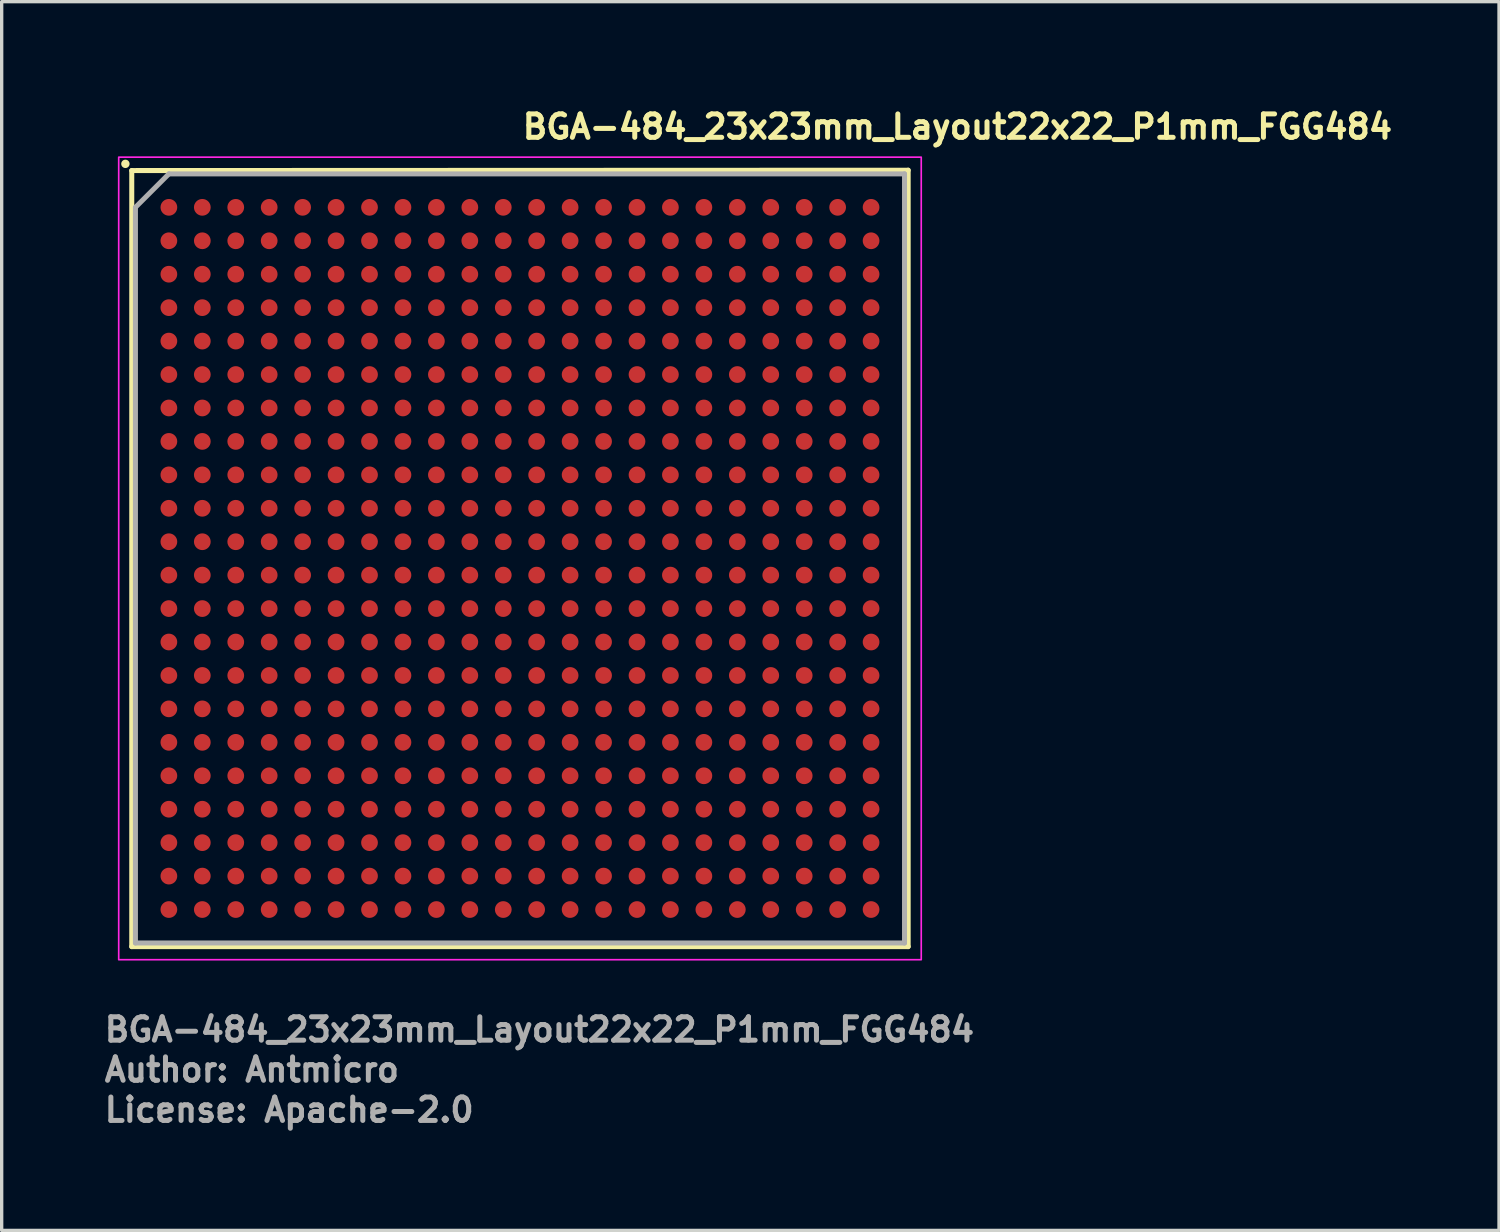
<source format=kicad_pcb>
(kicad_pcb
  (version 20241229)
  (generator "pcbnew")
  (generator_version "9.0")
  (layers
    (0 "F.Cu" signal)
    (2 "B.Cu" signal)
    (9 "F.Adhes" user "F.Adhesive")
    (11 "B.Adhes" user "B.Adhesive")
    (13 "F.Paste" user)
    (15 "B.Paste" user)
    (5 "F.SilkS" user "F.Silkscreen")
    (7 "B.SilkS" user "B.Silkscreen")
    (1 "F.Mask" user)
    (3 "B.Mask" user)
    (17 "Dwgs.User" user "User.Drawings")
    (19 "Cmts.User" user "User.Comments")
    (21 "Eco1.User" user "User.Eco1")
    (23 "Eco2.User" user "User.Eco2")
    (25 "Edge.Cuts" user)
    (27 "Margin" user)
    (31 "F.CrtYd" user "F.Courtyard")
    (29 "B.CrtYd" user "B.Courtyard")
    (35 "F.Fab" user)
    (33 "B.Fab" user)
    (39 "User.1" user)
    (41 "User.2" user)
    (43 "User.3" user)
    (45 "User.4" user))
  (footprint "BGA-484_23x23mm_Layout22x22_P1mm_FGG484"
    (layer "F.Cu")
    (at 12.5 13.65)
    (property "Reference" "BGA-484_23x23mm_Layout22x22_P1mm_FGG484" (at 0 -12.5 0) (layer "F.SilkS") (effects (font (size 0.7 0.7) (thickness 0.15)) (justify left bottom)))
    (attr smd)
    (fp_line (start -11.61 -11.6) (end 11.608 -11.61) (stroke (width 0.15) (type solid)) (layer "F.SilkS"))
    (fp_line (start -11.61 11.608) (end -11.61 -11.6) (stroke (width 0.15) (type solid)) (layer "F.SilkS"))
    (fp_line (start 11.608 -11.61) (end 11.608 11.608) (stroke (width 0.15) (type solid)) (layer "F.SilkS"))
    (fp_line (start 11.608 11.608) (end -11.61 11.608) (stroke (width 0.15) (type solid)) (layer "F.SilkS"))
    (fp_circle (center -11.8 -11.8) (end -11.75 -11.8) (stroke (width 0.15) (type solid)) (fill yes) (layer "F.SilkS"))
    (fp_rect (start -12 -12) (end 11.999 11.999) (stroke (width 0.05) (type solid)) (fill no) (layer "F.CrtYd"))
    (fp_line (start -11.5 -10.5) (end -10.5 -11.5) (stroke (width 0.15) (type solid)) (layer "F.Fab"))
    (fp_line (start -11.5 11.499) (end -11.5 -10.5) (stroke (width 0.15) (type solid)) (layer "F.Fab"))
    (fp_line (start -10.5 -11.5) (end 11.499 -11.5) (stroke (width 0.15) (type solid)) (layer "F.Fab"))
    (fp_line (start 11.499 -11.5) (end 11.499 11.499) (stroke (width 0.15) (type solid)) (layer "F.Fab"))
    (fp_line (start 11.499 11.499) (end -11.5 11.499) (stroke (width 0.15) (type solid)) (layer "F.Fab"))
    (fp_rect (start -11 -11) (end 10.999 10.999) (stroke (width 0.1) (type solid)) (fill no) (layer "User.5"))
    (fp_line (start -11 -10.951) (end -10.951 -11) (stroke (width 0.02) (type solid)) (layer "User.9"))
    (fp_line (start -11 10.749) (end -11 -10.951) (stroke (width 0.02) (type solid)) (layer "User.9"))
    (fp_line (start -10.951 -11) (end 10.749 -11) (stroke (width 0.02) (type solid)) (layer "User.9"))
    (fp_line (start -10.75 10.999) (end -11 10.749) (stroke (width 0.02) (type solid)) (layer "User.9"))
    (fp_line (start -10.25 -9.5) (end -9.894 -9.144) (stroke (width 0.02) (type solid)) (layer "User.9"))
    (fp_line (start -10.25 -9.5) (end -9.5 -10.25) (stroke (width 0.02) (type solid)) (layer "User.9"))
    (fp_line (start -10.25 9.499) (end -10.25 -9.5) (stroke (width 0.02) (type solid)) (layer "User.9"))
    (fp_line (start -10.25 9.499) (end -9.894 9.143) (stroke (width 0.02) (type solid)) (layer "User.9"))
    (fp_line (start -9.894 -9.144) (end -9.144 -9.894) (stroke (width 0.02) (type solid)) (layer "User.9"))
    (fp_line (start -9.894 9.143) (end -9.894 -9.144) (stroke (width 0.02) (type solid)) (layer "User.9"))
    (fp_line (start -9.5 -10.25) (end -9.144 -9.894) (stroke (width 0.02) (type solid)) (layer "User.9"))
    (fp_line (start -9.5 -10.25) (end 9.499 -10.25) (stroke (width 0.02) (type solid)) (layer "User.9"))
    (fp_line (start -9.5 10.249) (end -10.25 9.499) (stroke (width 0.02) (type solid)) (layer "User.9"))
    (fp_line (start -9.5 10.249) (end -9.144 9.893) (stroke (width 0.02) (type solid)) (layer "User.9"))
    (fp_line (start -9.164 -8.785) (end -9.164 -8.764) (stroke (width 0.02) (type solid)) (layer "User.9"))
    (fp_line (start -9.164 -8.764) (end -9.164 -8.764) (stroke (width 0.02) (type solid)) (layer "User.9"))
    (fp_line (start -9.164 -8.764) (end -9.164 -8.744) (stroke (width 0.02) (type solid)) (layer "User.9"))
    (fp_line (start -9.164 -8.744) (end -9.163 -8.724) (stroke (width 0.02) (type solid)) (layer "User.9"))
    (fp_line (start -9.163 -8.805) (end -9.164 -8.785) (stroke (width 0.02) (type solid)) (layer "User.9"))
    (fp_line (start -9.163 -8.724) (end -9.16 -8.703) (stroke (width 0.02) (type solid)) (layer "User.9"))
    (fp_line (start -9.16 -8.826) (end -9.163 -8.805) (stroke (width 0.02) (type solid)) (layer "User.9"))
    (fp_line (start -9.16 -8.703) (end -9.157 -8.685) (stroke (width 0.02) (type solid)) (layer "User.9"))
    (fp_line (start -9.157 -8.846) (end -9.16 -8.826) (stroke (width 0.02) (type solid)) (layer "User.9"))
    (fp_line (start -9.157 -8.685) (end -9.153 -8.664) (stroke (width 0.02) (type solid)) (layer "User.9"))
    (fp_line (start -9.153 -8.865) (end -9.157 -8.846) (stroke (width 0.02) (type solid)) (layer "User.9"))
    (fp_line (start -9.153 -8.664) (end -9.147 -8.645) (stroke (width 0.02) (type solid)) (layer "User.9"))
    (fp_line (start -9.147 -8.884) (end -9.153 -8.865) (stroke (width 0.02) (type solid)) (layer "User.9"))
    (fp_line (start -9.147 -8.645) (end -9.141 -8.628) (stroke (width 0.02) (type solid)) (layer "User.9"))
    (fp_line (start -9.144 -9.894) (end 9.143 -9.894) (stroke (width 0.02) (type solid)) (layer "User.9"))
    (fp_line (start -9.144 9.893) (end -9.894 9.143) (stroke (width 0.02) (type solid)) (layer "User.9"))
    (fp_line (start -9.141 -8.903) (end -9.147 -8.884) (stroke (width 0.02) (type solid)) (layer "User.9"))
    (fp_line (start -9.141 -8.628) (end -9.134 -8.609) (stroke (width 0.02) (type solid)) (layer "User.9"))
    (fp_line (start -9.134 -8.92) (end -9.141 -8.903) (stroke (width 0.02) (type solid)) (layer "User.9"))
    (fp_line (start -9.134 -8.609) (end -9.125 -8.591) (stroke (width 0.02) (type solid)) (layer "User.9"))
    (fp_line (start -9.125 -8.939) (end -9.134 -8.92) (stroke (width 0.02) (type solid)) (layer "User.9"))
    (fp_line (start -9.125 -8.591) (end -9.116 -8.574) (stroke (width 0.02) (type solid)) (layer "User.9"))
    (fp_line (start -9.116 -8.955) (end -9.125 -8.939) (stroke (width 0.02) (type solid)) (layer "User.9"))
    (fp_line (start -9.116 -8.574) (end -9.106 -8.558) (stroke (width 0.02) (type solid)) (layer "User.9"))
    (fp_line (start -9.106 -8.972) (end -9.116 -8.955) (stroke (width 0.02) (type solid)) (layer "User.9"))
    (fp_line (start -9.106 -8.558) (end -9.096 -8.542) (stroke (width 0.02) (type solid)) (layer "User.9"))
    (fp_line (start -9.096 -8.988) (end -9.106 -8.972) (stroke (width 0.02) (type solid)) (layer "User.9"))
    (fp_line (start -9.096 -8.542) (end -9.086 -8.526) (stroke (width 0.02) (type solid)) (layer "User.9"))
    (fp_line (start -9.086 -9.004) (end -9.096 -8.988) (stroke (width 0.02) (type solid)) (layer "User.9"))
    (fp_line (start -9.086 -8.526) (end -9.074 -8.51) (stroke (width 0.02) (type solid)) (layer "User.9"))
    (fp_line (start -9.074 -9.019) (end -9.086 -9.004) (stroke (width 0.02) (type solid)) (layer "User.9"))
    (fp_line (start -9.074 -8.51) (end -9.061 -8.496) (stroke (width 0.02) (type solid)) (layer "User.9"))
    (fp_line (start -9.061 -9.033) (end -9.074 -9.019) (stroke (width 0.02) (type solid)) (layer "User.9"))
    (fp_line (start -9.061 -8.496) (end -9.048 -8.481) (stroke (width 0.02) (type solid)) (layer "User.9"))
    (fp_line (start -9.048 -9.048) (end -9.061 -9.033) (stroke (width 0.02) (type solid)) (layer "User.9"))
    (fp_line (start -9.048 -8.481) (end -9.033 -8.468) (stroke (width 0.02) (type solid)) (layer "User.9"))
    (fp_line (start -9.033 -9.061) (end -9.048 -9.048) (stroke (width 0.02) (type solid)) (layer "User.9"))
    (fp_line (start -9.033 -8.468) (end -9.019 -8.456) (stroke (width 0.02) (type solid)) (layer "User.9"))
    (fp_line (start -9.019 -9.074) (end -9.033 -9.061) (stroke (width 0.02) (type solid)) (layer "User.9"))
    (fp_line (start -9.019 -8.456) (end -9.004 -8.445) (stroke (width 0.02) (type solid)) (layer "User.9"))
    (fp_line (start -9.004 -9.086) (end -9.019 -9.074) (stroke (width 0.02) (type solid)) (layer "User.9"))
    (fp_line (start -9.004 -8.445) (end -8.988 -8.433) (stroke (width 0.02) (type solid)) (layer "User.9"))
    (fp_line (start -8.988 -9.096) (end -9.004 -9.086) (stroke (width 0.02) (type solid)) (layer "User.9"))
    (fp_line (start -8.988 -8.433) (end -8.972 -8.423) (stroke (width 0.02) (type solid)) (layer "User.9"))
    (fp_line (start -8.972 -9.106) (end -8.988 -9.096) (stroke (width 0.02) (type solid)) (layer "User.9"))
    (fp_line (start -8.972 -8.423) (end -8.955 -8.414) (stroke (width 0.02) (type solid)) (layer "User.9"))
    (fp_line (start -8.955 -9.116) (end -8.972 -9.106) (stroke (width 0.02) (type solid)) (layer "User.9"))
    (fp_line (start -8.955 -8.414) (end -8.939 -8.404) (stroke (width 0.02) (type solid)) (layer "User.9"))
    (fp_line (start -8.939 -9.125) (end -8.955 -9.116) (stroke (width 0.02) (type solid)) (layer "User.9"))
    (fp_line (start -8.939 -8.404) (end -8.92 -8.397) (stroke (width 0.02) (type solid)) (layer "User.9"))
    (fp_line (start -8.92 -9.134) (end -8.939 -9.125) (stroke (width 0.02) (type solid)) (layer "User.9"))
    (fp_line (start -8.92 -8.397) (end -8.903 -8.389) (stroke (width 0.02) (type solid)) (layer "User.9"))
    (fp_line (start -8.903 -9.141) (end -8.92 -9.134) (stroke (width 0.02) (type solid)) (layer "User.9"))
    (fp_line (start -8.903 -8.389) (end -8.884 -8.382) (stroke (width 0.02) (type solid)) (layer "User.9"))
    (fp_line (start -8.884 -9.147) (end -8.903 -9.141) (stroke (width 0.02) (type solid)) (layer "User.9"))
    (fp_line (start -8.884 -8.382) (end -8.865 -8.378) (stroke (width 0.02) (type solid)) (layer "User.9"))
    (fp_line (start -8.865 -9.153) (end -8.884 -9.147) (stroke (width 0.02) (type solid)) (layer "User.9"))
    (fp_line (start -8.865 -8.378) (end -8.846 -8.372) (stroke (width 0.02) (type solid)) (layer "User.9"))
    (fp_line (start -8.846 -9.157) (end -8.865 -9.153) (stroke (width 0.02) (type solid)) (layer "User.9"))
    (fp_line (start -8.846 -8.372) (end -8.826 -8.369) (stroke (width 0.02) (type solid)) (layer "User.9"))
    (fp_line (start -8.826 -9.16) (end -8.846 -9.157) (stroke (width 0.02) (type solid)) (layer "User.9"))
    (fp_line (start -8.826 -8.369) (end -8.805 -8.366) (stroke (width 0.02) (type solid)) (layer "User.9"))
    (fp_line (start -8.805 -9.163) (end -8.826 -9.16) (stroke (width 0.02) (type solid)) (layer "User.9"))
    (fp_line (start -8.805 -8.366) (end -8.785 -8.366) (stroke (width 0.02) (type solid)) (layer "User.9"))
    (fp_line (start -8.785 -9.164) (end -8.805 -9.163) (stroke (width 0.02) (type solid)) (layer "User.9"))
    (fp_line (start -8.785 -8.366) (end -8.764 -8.365) (stroke (width 0.02) (type solid)) (layer "User.9"))
    (fp_line (start -8.764 -9.164) (end -8.785 -9.164) (stroke (width 0.02) (type solid)) (layer "User.9"))
    (fp_line (start -8.764 -9.164) (end -8.764 -9.164) (stroke (width 0.02) (type solid)) (layer "User.9"))
    (fp_line (start -8.764 -8.365) (end -8.764 -8.365) (stroke (width 0.02) (type solid)) (layer "User.9"))
    (fp_line (start -8.764 -8.365) (end -8.744 -8.366) (stroke (width 0.02) (type solid)) (layer "User.9"))
    (fp_line (start -8.744 -9.164) (end -8.764 -9.164) (stroke (width 0.02) (type solid)) (layer "User.9"))
    (fp_line (start -8.744 -8.366) (end -8.724 -8.366) (stroke (width 0.02) (type solid)) (layer "User.9"))
    (fp_line (start -8.724 -9.163) (end -8.744 -9.164) (stroke (width 0.02) (type solid)) (layer "User.9"))
    (fp_line (start -8.724 -8.366) (end -8.703 -8.369) (stroke (width 0.02) (type solid)) (layer "User.9"))
    (fp_line (start -8.703 -9.16) (end -8.724 -9.163) (stroke (width 0.02) (type solid)) (layer "User.9"))
    (fp_line (start -8.703 -8.369) (end -8.685 -8.372) (stroke (width 0.02) (type solid)) (layer "User.9"))
    (fp_line (start -8.685 -9.157) (end -8.703 -9.16) (stroke (width 0.02) (type solid)) (layer "User.9"))
    (fp_line (start -8.685 -8.372) (end -8.664 -8.378) (stroke (width 0.02) (type solid)) (layer "User.9"))
    (fp_line (start -8.664 -9.153) (end -8.685 -9.157) (stroke (width 0.02) (type solid)) (layer "User.9"))
    (fp_line (start -8.664 -8.378) (end -8.645 -8.382) (stroke (width 0.02) (type solid)) (layer "User.9"))
    (fp_line (start -8.645 -9.147) (end -8.664 -9.153) (stroke (width 0.02) (type solid)) (layer "User.9"))
    (fp_line (start -8.645 -8.382) (end -8.628 -8.389) (stroke (width 0.02) (type solid)) (layer "User.9"))
    (fp_line (start -8.628 -9.141) (end -8.645 -9.147) (stroke (width 0.02) (type solid)) (layer "User.9"))
    (fp_line (start -8.628 -8.389) (end -8.609 -8.397) (stroke (width 0.02) (type solid)) (layer "User.9"))
    (fp_line (start -8.609 -9.134) (end -8.628 -9.141) (stroke (width 0.02) (type solid)) (layer "User.9"))
    (fp_line (start -8.609 -8.397) (end -8.591 -8.404) (stroke (width 0.02) (type solid)) (layer "User.9"))
    (fp_line (start -8.591 -9.125) (end -8.609 -9.134) (stroke (width 0.02) (type solid)) (layer "User.9"))
    (fp_line (start -8.591 -8.404) (end -8.574 -8.414) (stroke (width 0.02) (type solid)) (layer "User.9"))
    (fp_line (start -8.574 -9.116) (end -8.591 -9.125) (stroke (width 0.02) (type solid)) (layer "User.9"))
    (fp_line (start -8.574 -8.414) (end -8.558 -8.423) (stroke (width 0.02) (type solid)) (layer "User.9"))
    (fp_line (start -8.558 -9.106) (end -8.574 -9.116) (stroke (width 0.02) (type solid)) (layer "User.9"))
    (fp_line (start -8.558 -8.423) (end -8.542 -8.433) (stroke (width 0.02) (type solid)) (layer "User.9"))
    (fp_line (start -8.542 -9.096) (end -8.558 -9.106) (stroke (width 0.02) (type solid)) (layer "User.9"))
    (fp_line (start -8.542 -8.433) (end -8.526 -8.445) (stroke (width 0.02) (type solid)) (layer "User.9"))
    (fp_line (start -8.526 -9.086) (end -8.542 -9.096) (stroke (width 0.02) (type solid)) (layer "User.9"))
    (fp_line (start -8.526 -8.445) (end -8.51 -8.456) (stroke (width 0.02) (type solid)) (layer "User.9"))
    (fp_line (start -8.51 -9.074) (end -8.526 -9.086) (stroke (width 0.02) (type solid)) (layer "User.9"))
    (fp_line (start -8.51 -8.456) (end -8.496 -8.468) (stroke (width 0.02) (type solid)) (layer "User.9"))
    (fp_line (start -8.496 -9.061) (end -8.51 -9.074) (stroke (width 0.02) (type solid)) (layer "User.9"))
    (fp_line (start -8.496 -8.468) (end -8.481 -8.481) (stroke (width 0.02) (type solid)) (layer "User.9"))
    (fp_line (start -8.481 -9.048) (end -8.496 -9.061) (stroke (width 0.02) (type solid)) (layer "User.9"))
    (fp_line (start -8.481 -8.481) (end -8.468 -8.496) (stroke (width 0.02) (type solid)) (layer "User.9"))
    (fp_line (start -8.468 -9.033) (end -8.481 -9.048) (stroke (width 0.02) (type solid)) (layer "User.9"))
    (fp_line (start -8.468 -8.496) (end -8.456 -8.51) (stroke (width 0.02) (type solid)) (layer "User.9"))
    (fp_line (start -8.456 -9.019) (end -8.468 -9.033) (stroke (width 0.02) (type solid)) (layer "User.9"))
    (fp_line (start -8.456 -8.51) (end -8.445 -8.526) (stroke (width 0.02) (type solid)) (layer "User.9"))
    (fp_line (start -8.445 -9.004) (end -8.456 -9.019) (stroke (width 0.02) (type solid)) (layer "User.9"))
    (fp_line (start -8.445 -8.526) (end -8.433 -8.542) (stroke (width 0.02) (type solid)) (layer "User.9"))
    (fp_line (start -8.433 -8.988) (end -8.445 -9.004) (stroke (width 0.02) (type solid)) (layer "User.9"))
    (fp_line (start -8.433 -8.542) (end -8.423 -8.558) (stroke (width 0.02) (type solid)) (layer "User.9"))
    (fp_line (start -8.423 -8.972) (end -8.433 -8.988) (stroke (width 0.02) (type solid)) (layer "User.9"))
    (fp_line (start -8.423 -8.558) (end -8.414 -8.574) (stroke (width 0.02) (type solid)) (layer "User.9"))
    (fp_line (start -8.414 -8.955) (end -8.423 -8.972) (stroke (width 0.02) (type solid)) (layer "User.9"))
    (fp_line (start -8.414 -8.574) (end -8.404 -8.591) (stroke (width 0.02) (type solid)) (layer "User.9"))
    (fp_line (start -8.404 -8.939) (end -8.414 -8.955) (stroke (width 0.02) (type solid)) (layer "User.9"))
    (fp_line (start -8.404 -8.591) (end -8.397 -8.609) (stroke (width 0.02) (type solid)) (layer "User.9"))
    (fp_line (start -8.397 -8.92) (end -8.404 -8.939) (stroke (width 0.02) (type solid)) (layer "User.9"))
    (fp_line (start -8.397 -8.609) (end -8.389 -8.628) (stroke (width 0.02) (type solid)) (layer "User.9"))
    (fp_line (start -8.389 -8.903) (end -8.397 -8.92) (stroke (width 0.02) (type solid)) (layer "User.9"))
    (fp_line (start -8.389 -8.628) (end -8.382 -8.645) (stroke (width 0.02) (type solid)) (layer "User.9"))
    (fp_line (start -8.382 -8.884) (end -8.389 -8.903) (stroke (width 0.02) (type solid)) (layer "User.9"))
    (fp_line (start -8.382 -8.645) (end -8.378 -8.664) (stroke (width 0.02) (type solid)) (layer "User.9"))
    (fp_line (start -8.378 -8.865) (end -8.382 -8.884) (stroke (width 0.02) (type solid)) (layer "User.9"))
    (fp_line (start -8.378 -8.664) (end -8.372 -8.685) (stroke (width 0.02) (type solid)) (layer "User.9"))
    (fp_line (start -8.372 -8.846) (end -8.378 -8.865) (stroke (width 0.02) (type solid)) (layer "User.9"))
    (fp_line (start -8.372 -8.685) (end -8.369 -8.703) (stroke (width 0.02) (type solid)) (layer "User.9"))
    (fp_line (start -8.369 -8.826) (end -8.372 -8.846) (stroke (width 0.02) (type solid)) (layer "User.9"))
    (fp_line (start -8.369 -8.703) (end -8.366 -8.724) (stroke (width 0.02) (type solid)) (layer "User.9"))
    (fp_line (start -8.366 -8.805) (end -8.369 -8.826) (stroke (width 0.02) (type solid)) (layer "User.9"))
    (fp_line (start -8.366 -8.785) (end -8.366 -8.805) (stroke (width 0.02) (type solid)) (layer "User.9"))
    (fp_line (start -8.366 -8.744) (end -8.365 -8.764) (stroke (width 0.02) (type solid)) (layer "User.9"))
    (fp_line (start -8.366 -8.724) (end -8.366 -8.744) (stroke (width 0.02) (type solid)) (layer "User.9"))
    (fp_line (start -8.365 -8.764) (end -8.366 -8.785) (stroke (width 0.02) (type solid)) (layer "User.9"))
    (fp_line (start -8.365 -8.764) (end -8.365 -8.764) (stroke (width 0.02) (type solid)) (layer "User.9"))
    (fp_line (start -8.365 -8.764) (end -8.365 -8.764) (stroke (width 0.02) (type solid)) (layer "User.9"))
    (fp_line (start 9.143 -9.894) (end 9.893 -9.144) (stroke (width 0.02) (type solid)) (layer "User.9"))
    (fp_line (start 9.143 9.893) (end -9.144 9.893) (stroke (width 0.02) (type solid)) (layer "User.9"))
    (fp_line (start 9.499 -10.25) (end 9.143 -9.894) (stroke (width 0.02) (type solid)) (layer "User.9"))
    (fp_line (start 9.499 -10.25) (end 10.249 -9.5) (stroke (width 0.02) (type solid)) (layer "User.9"))
    (fp_line (start 9.499 10.249) (end -9.5 10.249) (stroke (width 0.02) (type solid)) (layer "User.9"))
    (fp_line (start 9.499 10.249) (end 9.143 9.893) (stroke (width 0.02) (type solid)) (layer "User.9"))
    (fp_line (start 9.893 -9.144) (end 9.893 9.143) (stroke (width 0.02) (type solid)) (layer "User.9"))
    (fp_line (start 9.893 9.143) (end 9.143 9.893) (stroke (width 0.02) (type solid)) (layer "User.9"))
    (fp_line (start 10.249 -9.5) (end 9.893 -9.144) (stroke (width 0.02) (type solid)) (layer "User.9"))
    (fp_line (start 10.249 -9.5) (end 10.249 9.499) (stroke (width 0.02) (type solid)) (layer "User.9"))
    (fp_line (start 10.249 9.499) (end 9.499 10.249) (stroke (width 0.02) (type solid)) (layer "User.9"))
    (fp_line (start 10.249 9.499) (end 9.893 9.143) (stroke (width 0.02) (type solid)) (layer "User.9"))
    (fp_line (start 10.749 -11) (end 10.999 -10.75) (stroke (width 0.02) (type solid)) (layer "User.9"))
    (fp_line (start 10.749 10.999) (end -10.75 10.999) (stroke (width 0.02) (type solid)) (layer "User.9"))
    (fp_line (start 10.999 -10.75) (end 10.999 10.749) (stroke (width 0.02) (type solid)) (layer "User.9"))
    (fp_line (start 10.999 10.749) (end 10.749 10.999) (stroke (width 0.02) (type solid)) (layer "User.9"))
    (fp_text user "${REFERENCE}" (at -12.5 14.499 0) (layer "F.Fab") (effects (font (size 0.7 0.7) (thickness 0.15)) (justify left bottom)))
    (fp_text user "Author: Antmicro" (at -12.5 15.698 0) (layer "F.Fab") (effects (font (size 0.7 0.7) (thickness 0.15)) (justify left bottom)))
    (fp_text user "License: Apache-2.0" (at -12.5 16.899 0) (layer "F.Fab") (effects (font (size 0.7 0.7) (thickness 0.15)) (justify left bottom)))
    (pad "A1" smd circle (at -10.5 -10.5) (size 0.5 0.5) (layers "F.Cu" "F.Mask" "F.Paste"))
    (pad "A2" smd circle (at -9.5 -10.5) (size 0.5 0.5) (layers "F.Cu" "F.Mask" "F.Paste"))
    (pad "A3" smd circle (at -8.5 -10.5) (size 0.5 0.5) (layers "F.Cu" "F.Mask" "F.Paste"))
    (pad "A4" smd circle (at -7.5 -10.5) (size 0.5 0.5) (layers "F.Cu" "F.Mask" "F.Paste"))
    (pad "A5" smd circle (at -6.5 -10.5) (size 0.5 0.5) (layers "F.Cu" "F.Mask" "F.Paste"))
    (pad "A6" smd circle (at -5.5 -10.5) (size 0.5 0.5) (layers "F.Cu" "F.Mask" "F.Paste"))
    (pad "A7" smd circle (at -4.5 -10.5) (size 0.5 0.5) (layers "F.Cu" "F.Mask" "F.Paste"))
    (pad "A8" smd circle (at -3.5 -10.5) (size 0.5 0.5) (layers "F.Cu" "F.Mask" "F.Paste"))
    (pad "A9" smd circle (at -2.5 -10.5) (size 0.5 0.5) (layers "F.Cu" "F.Mask" "F.Paste"))
    (pad "A10" smd circle (at -1.5 -10.5) (size 0.5 0.5) (layers "F.Cu" "F.Mask" "F.Paste"))
    (pad "A11" smd circle (at -0.5 -10.5) (size 0.5 0.5) (layers "F.Cu" "F.Mask" "F.Paste"))
    (pad "A12" smd circle (at 0.498 -10.5) (size 0.5 0.5) (layers "F.Cu" "F.Mask" "F.Paste"))
    (pad "A13" smd circle (at 1.499 -10.5) (size 0.5 0.5) (layers "F.Cu" "F.Mask" "F.Paste"))
    (pad "A14" smd circle (at 2.499 -10.5) (size 0.5 0.5) (layers "F.Cu" "F.Mask" "F.Paste"))
    (pad "A15" smd circle (at 3.499 -10.5) (size 0.5 0.5) (layers "F.Cu" "F.Mask" "F.Paste"))
    (pad "A16" smd circle (at 4.498 -10.5) (size 0.5 0.5) (layers "F.Cu" "F.Mask" "F.Paste"))
    (pad "A17" smd circle (at 5.499 -10.5) (size 0.5 0.5) (layers "F.Cu" "F.Mask" "F.Paste"))
    (pad "A18" smd circle (at 6.499 -10.5) (size 0.5 0.5) (layers "F.Cu" "F.Mask" "F.Paste"))
    (pad "A19" smd circle (at 7.499 -10.5) (size 0.5 0.5) (layers "F.Cu" "F.Mask" "F.Paste"))
    (pad "A20" smd circle (at 8.499 -10.5) (size 0.5 0.5) (layers "F.Cu" "F.Mask" "F.Paste"))
    (pad "A21" smd circle (at 9.499 -10.5) (size 0.5 0.5) (layers "F.Cu" "F.Mask" "F.Paste"))
    (pad "A22" smd circle (at 10.499 -10.5) (size 0.5 0.5) (layers "F.Cu" "F.Mask" "F.Paste"))
    (pad "AA1" smd circle (at -10.5 9.499) (size 0.5 0.5) (layers "F.Cu" "F.Mask" "F.Paste"))
    (pad "AA2" smd circle (at -9.5 9.499) (size 0.5 0.5) (layers "F.Cu" "F.Mask" "F.Paste"))
    (pad "AA3" smd circle (at -8.5 9.499) (size 0.5 0.5) (layers "F.Cu" "F.Mask" "F.Paste"))
    (pad "AA4" smd circle (at -7.5 9.499) (size 0.5 0.5) (layers "F.Cu" "F.Mask" "F.Paste"))
    (pad "AA5" smd circle (at -6.5 9.499) (size 0.5 0.5) (layers "F.Cu" "F.Mask" "F.Paste"))
    (pad "AA6" smd circle (at -5.5 9.499) (size 0.5 0.5) (layers "F.Cu" "F.Mask" "F.Paste"))
    (pad "AA7" smd circle (at -4.5 9.499) (size 0.5 0.5) (layers "F.Cu" "F.Mask" "F.Paste"))
    (pad "AA8" smd circle (at -3.5 9.499) (size 0.5 0.5) (layers "F.Cu" "F.Mask" "F.Paste"))
    (pad "AA9" smd circle (at -2.5 9.499) (size 0.5 0.5) (layers "F.Cu" "F.Mask" "F.Paste"))
    (pad "AA10" smd circle (at -1.5 9.499) (size 0.5 0.5) (layers "F.Cu" "F.Mask" "F.Paste"))
    (pad "AA11" smd circle (at -0.5 9.499) (size 0.5 0.5) (layers "F.Cu" "F.Mask" "F.Paste"))
    (pad "AA12" smd circle (at 0.498 9.499) (size 0.5 0.5) (layers "F.Cu" "F.Mask" "F.Paste"))
    (pad "AA13" smd circle (at 1.499 9.499) (size 0.5 0.5) (layers "F.Cu" "F.Mask" "F.Paste"))
    (pad "AA14" smd circle (at 2.499 9.499) (size 0.5 0.5) (layers "F.Cu" "F.Mask" "F.Paste"))
    (pad "AA15" smd circle (at 3.499 9.499) (size 0.5 0.5) (layers "F.Cu" "F.Mask" "F.Paste"))
    (pad "AA16" smd circle (at 4.498 9.499) (size 0.5 0.5) (layers "F.Cu" "F.Mask" "F.Paste"))
    (pad "AA17" smd circle (at 5.499 9.499) (size 0.5 0.5) (layers "F.Cu" "F.Mask" "F.Paste"))
    (pad "AA18" smd circle (at 6.499 9.499) (size 0.5 0.5) (layers "F.Cu" "F.Mask" "F.Paste"))
    (pad "AA19" smd circle (at 7.499 9.499) (size 0.5 0.5) (layers "F.Cu" "F.Mask" "F.Paste"))
    (pad "AA20" smd circle (at 8.499 9.499) (size 0.5 0.5) (layers "F.Cu" "F.Mask" "F.Paste"))
    (pad "AA21" smd circle (at 9.499 9.499) (size 0.5 0.5) (layers "F.Cu" "F.Mask" "F.Paste"))
    (pad "AA22" smd circle (at 10.499 9.499) (size 0.5 0.5) (layers "F.Cu" "F.Mask" "F.Paste"))
    (pad "AB1" smd circle (at -10.5 10.499) (size 0.5 0.5) (layers "F.Cu" "F.Mask" "F.Paste"))
    (pad "AB2" smd circle (at -9.5 10.499) (size 0.5 0.5) (layers "F.Cu" "F.Mask" "F.Paste"))
    (pad "AB3" smd circle (at -8.5 10.499) (size 0.5 0.5) (layers "F.Cu" "F.Mask" "F.Paste"))
    (pad "AB4" smd circle (at -7.5 10.499) (size 0.5 0.5) (layers "F.Cu" "F.Mask" "F.Paste"))
    (pad "AB5" smd circle (at -6.5 10.499) (size 0.5 0.5) (layers "F.Cu" "F.Mask" "F.Paste"))
    (pad "AB6" smd circle (at -5.5 10.499) (size 0.5 0.5) (layers "F.Cu" "F.Mask" "F.Paste"))
    (pad "AB7" smd circle (at -4.5 10.499) (size 0.5 0.5) (layers "F.Cu" "F.Mask" "F.Paste"))
    (pad "AB8" smd circle (at -3.5 10.499) (size 0.5 0.5) (layers "F.Cu" "F.Mask" "F.Paste"))
    (pad "AB9" smd circle (at -2.5 10.499) (size 0.5 0.5) (layers "F.Cu" "F.Mask" "F.Paste"))
    (pad "AB10" smd circle (at -1.5 10.499) (size 0.5 0.5) (layers "F.Cu" "F.Mask" "F.Paste"))
    (pad "AB11" smd circle (at -0.5 10.499) (size 0.5 0.5) (layers "F.Cu" "F.Mask" "F.Paste"))
    (pad "AB12" smd circle (at 0.498 10.499) (size 0.5 0.5) (layers "F.Cu" "F.Mask" "F.Paste"))
    (pad "AB13" smd circle (at 1.499 10.499) (size 0.5 0.5) (layers "F.Cu" "F.Mask" "F.Paste"))
    (pad "AB14" smd circle (at 2.499 10.499) (size 0.5 0.5) (layers "F.Cu" "F.Mask" "F.Paste"))
    (pad "AB15" smd circle (at 3.499 10.499) (size 0.5 0.5) (layers "F.Cu" "F.Mask" "F.Paste"))
    (pad "AB16" smd circle (at 4.498 10.499) (size 0.5 0.5) (layers "F.Cu" "F.Mask" "F.Paste"))
    (pad "AB17" smd circle (at 5.499 10.499) (size 0.5 0.5) (layers "F.Cu" "F.Mask" "F.Paste"))
    (pad "AB18" smd circle (at 6.499 10.499) (size 0.5 0.5) (layers "F.Cu" "F.Mask" "F.Paste"))
    (pad "AB19" smd circle (at 7.499 10.499) (size 0.5 0.5) (layers "F.Cu" "F.Mask" "F.Paste"))
    (pad "AB20" smd circle (at 8.499 10.499) (size 0.5 0.5) (layers "F.Cu" "F.Mask" "F.Paste"))
    (pad "AB21" smd circle (at 9.499 10.499) (size 0.5 0.5) (layers "F.Cu" "F.Mask" "F.Paste"))
    (pad "AB22" smd circle (at 10.499 10.499) (size 0.5 0.5) (layers "F.Cu" "F.Mask" "F.Paste"))
    (pad "B1" smd circle (at -10.5 -9.5) (size 0.5 0.5) (layers "F.Cu" "F.Mask" "F.Paste"))
    (pad "B2" smd circle (at -9.5 -9.5) (size 0.5 0.5) (layers "F.Cu" "F.Mask" "F.Paste"))
    (pad "B3" smd circle (at -8.5 -9.5) (size 0.5 0.5) (layers "F.Cu" "F.Mask" "F.Paste"))
    (pad "B4" smd circle (at -7.5 -9.5) (size 0.5 0.5) (layers "F.Cu" "F.Mask" "F.Paste"))
    (pad "B5" smd circle (at -6.5 -9.5) (size 0.5 0.5) (layers "F.Cu" "F.Mask" "F.Paste"))
    (pad "B6" smd circle (at -5.5 -9.5) (size 0.5 0.5) (layers "F.Cu" "F.Mask" "F.Paste"))
    (pad "B7" smd circle (at -4.5 -9.5) (size 0.5 0.5) (layers "F.Cu" "F.Mask" "F.Paste"))
    (pad "B8" smd circle (at -3.5 -9.5) (size 0.5 0.5) (layers "F.Cu" "F.Mask" "F.Paste"))
    (pad "B9" smd circle (at -2.5 -9.5) (size 0.5 0.5) (layers "F.Cu" "F.Mask" "F.Paste"))
    (pad "B10" smd circle (at -1.5 -9.5) (size 0.5 0.5) (layers "F.Cu" "F.Mask" "F.Paste"))
    (pad "B11" smd circle (at -0.5 -9.5) (size 0.5 0.5) (layers "F.Cu" "F.Mask" "F.Paste"))
    (pad "B12" smd circle (at 0.498 -9.5) (size 0.5 0.5) (layers "F.Cu" "F.Mask" "F.Paste"))
    (pad "B13" smd circle (at 1.499 -9.5) (size 0.5 0.5) (layers "F.Cu" "F.Mask" "F.Paste"))
    (pad "B14" smd circle (at 2.499 -9.5) (size 0.5 0.5) (layers "F.Cu" "F.Mask" "F.Paste"))
    (pad "B15" smd circle (at 3.499 -9.5) (size 0.5 0.5) (layers "F.Cu" "F.Mask" "F.Paste"))
    (pad "B16" smd circle (at 4.498 -9.5) (size 0.5 0.5) (layers "F.Cu" "F.Mask" "F.Paste"))
    (pad "B17" smd circle (at 5.499 -9.5) (size 0.5 0.5) (layers "F.Cu" "F.Mask" "F.Paste"))
    (pad "B18" smd circle (at 6.499 -9.5) (size 0.5 0.5) (layers "F.Cu" "F.Mask" "F.Paste"))
    (pad "B19" smd circle (at 7.499 -9.5) (size 0.5 0.5) (layers "F.Cu" "F.Mask" "F.Paste"))
    (pad "B20" smd circle (at 8.499 -9.5) (size 0.5 0.5) (layers "F.Cu" "F.Mask" "F.Paste"))
    (pad "B21" smd circle (at 9.499 -9.5) (size 0.5 0.5) (layers "F.Cu" "F.Mask" "F.Paste"))
    (pad "B22" smd circle (at 10.499 -9.5) (size 0.5 0.5) (layers "F.Cu" "F.Mask" "F.Paste"))
    (pad "C1" smd circle (at -10.5 -8.5) (size 0.5 0.5) (layers "F.Cu" "F.Mask" "F.Paste"))
    (pad "C2" smd circle (at -9.5 -8.5) (size 0.5 0.5) (layers "F.Cu" "F.Mask" "F.Paste"))
    (pad "C3" smd circle (at -8.5 -8.5) (size 0.5 0.5) (layers "F.Cu" "F.Mask" "F.Paste"))
    (pad "C4" smd circle (at -7.5 -8.5) (size 0.5 0.5) (layers "F.Cu" "F.Mask" "F.Paste"))
    (pad "C5" smd circle (at -6.5 -8.5) (size 0.5 0.5) (layers "F.Cu" "F.Mask" "F.Paste"))
    (pad "C6" smd circle (at -5.5 -8.5) (size 0.5 0.5) (layers "F.Cu" "F.Mask" "F.Paste"))
    (pad "C7" smd circle (at -4.5 -8.5) (size 0.5 0.5) (layers "F.Cu" "F.Mask" "F.Paste"))
    (pad "C8" smd circle (at -3.5 -8.5) (size 0.5 0.5) (layers "F.Cu" "F.Mask" "F.Paste"))
    (pad "C9" smd circle (at -2.5 -8.5) (size 0.5 0.5) (layers "F.Cu" "F.Mask" "F.Paste"))
    (pad "C10" smd circle (at -1.5 -8.5) (size 0.5 0.5) (layers "F.Cu" "F.Mask" "F.Paste"))
    (pad "C11" smd circle (at -0.5 -8.5) (size 0.5 0.5) (layers "F.Cu" "F.Mask" "F.Paste"))
    (pad "C12" smd circle (at 0.498 -8.5) (size 0.5 0.5) (layers "F.Cu" "F.Mask" "F.Paste"))
    (pad "C13" smd circle (at 1.499 -8.5) (size 0.5 0.5) (layers "F.Cu" "F.Mask" "F.Paste"))
    (pad "C14" smd circle (at 2.499 -8.5) (size 0.5 0.5) (layers "F.Cu" "F.Mask" "F.Paste"))
    (pad "C15" smd circle (at 3.499 -8.5) (size 0.5 0.5) (layers "F.Cu" "F.Mask" "F.Paste"))
    (pad "C16" smd circle (at 4.498 -8.5) (size 0.5 0.5) (layers "F.Cu" "F.Mask" "F.Paste"))
    (pad "C17" smd circle (at 5.499 -8.5) (size 0.5 0.5) (layers "F.Cu" "F.Mask" "F.Paste"))
    (pad "C18" smd circle (at 6.499 -8.5) (size 0.5 0.5) (layers "F.Cu" "F.Mask" "F.Paste"))
    (pad "C19" smd circle (at 7.499 -8.5) (size 0.5 0.5) (layers "F.Cu" "F.Mask" "F.Paste"))
    (pad "C20" smd circle (at 8.499 -8.5) (size 0.5 0.5) (layers "F.Cu" "F.Mask" "F.Paste"))
    (pad "C21" smd circle (at 9.499 -8.5) (size 0.5 0.5) (layers "F.Cu" "F.Mask" "F.Paste"))
    (pad "C22" smd circle (at 10.499 -8.5) (size 0.5 0.5) (layers "F.Cu" "F.Mask" "F.Paste"))
    (pad "D1" smd circle (at -10.5 -7.5) (size 0.5 0.5) (layers "F.Cu" "F.Mask" "F.Paste"))
    (pad "D2" smd circle (at -9.5 -7.5) (size 0.5 0.5) (layers "F.Cu" "F.Mask" "F.Paste"))
    (pad "D3" smd circle (at -8.5 -7.5) (size 0.5 0.5) (layers "F.Cu" "F.Mask" "F.Paste"))
    (pad "D4" smd circle (at -7.5 -7.5) (size 0.5 0.5) (layers "F.Cu" "F.Mask" "F.Paste"))
    (pad "D5" smd circle (at -6.5 -7.5) (size 0.5 0.5) (layers "F.Cu" "F.Mask" "F.Paste"))
    (pad "D6" smd circle (at -5.5 -7.5) (size 0.5 0.5) (layers "F.Cu" "F.Mask" "F.Paste"))
    (pad "D7" smd circle (at -4.5 -7.5) (size 0.5 0.5) (layers "F.Cu" "F.Mask" "F.Paste"))
    (pad "D8" smd circle (at -3.5 -7.5) (size 0.5 0.5) (layers "F.Cu" "F.Mask" "F.Paste"))
    (pad "D9" smd circle (at -2.5 -7.5) (size 0.5 0.5) (layers "F.Cu" "F.Mask" "F.Paste"))
    (pad "D10" smd circle (at -1.5 -7.5) (size 0.5 0.5) (layers "F.Cu" "F.Mask" "F.Paste"))
    (pad "D11" smd circle (at -0.5 -7.5) (size 0.5 0.5) (layers "F.Cu" "F.Mask" "F.Paste"))
    (pad "D12" smd circle (at 0.498 -7.5) (size 0.5 0.5) (layers "F.Cu" "F.Mask" "F.Paste"))
    (pad "D13" smd circle (at 1.499 -7.5) (size 0.5 0.5) (layers "F.Cu" "F.Mask" "F.Paste"))
    (pad "D14" smd circle (at 2.499 -7.5) (size 0.5 0.5) (layers "F.Cu" "F.Mask" "F.Paste"))
    (pad "D15" smd circle (at 3.499 -7.5) (size 0.5 0.5) (layers "F.Cu" "F.Mask" "F.Paste"))
    (pad "D16" smd circle (at 4.498 -7.5) (size 0.5 0.5) (layers "F.Cu" "F.Mask" "F.Paste"))
    (pad "D17" smd circle (at 5.499 -7.5) (size 0.5 0.5) (layers "F.Cu" "F.Mask" "F.Paste"))
    (pad "D18" smd circle (at 6.499 -7.5) (size 0.5 0.5) (layers "F.Cu" "F.Mask" "F.Paste"))
    (pad "D19" smd circle (at 7.499 -7.5) (size 0.5 0.5) (layers "F.Cu" "F.Mask" "F.Paste"))
    (pad "D20" smd circle (at 8.499 -7.5) (size 0.5 0.5) (layers "F.Cu" "F.Mask" "F.Paste"))
    (pad "D21" smd circle (at 9.499 -7.5) (size 0.5 0.5) (layers "F.Cu" "F.Mask" "F.Paste"))
    (pad "D22" smd circle (at 10.499 -7.5) (size 0.5 0.5) (layers "F.Cu" "F.Mask" "F.Paste"))
    (pad "E1" smd circle (at -10.5 -6.5) (size 0.5 0.5) (layers "F.Cu" "F.Mask" "F.Paste"))
    (pad "E2" smd circle (at -9.5 -6.5) (size 0.5 0.5) (layers "F.Cu" "F.Mask" "F.Paste"))
    (pad "E3" smd circle (at -8.5 -6.5) (size 0.5 0.5) (layers "F.Cu" "F.Mask" "F.Paste"))
    (pad "E4" smd circle (at -7.5 -6.5) (size 0.5 0.5) (layers "F.Cu" "F.Mask" "F.Paste"))
    (pad "E5" smd circle (at -6.5 -6.5) (size 0.5 0.5) (layers "F.Cu" "F.Mask" "F.Paste"))
    (pad "E6" smd circle (at -5.5 -6.5) (size 0.5 0.5) (layers "F.Cu" "F.Mask" "F.Paste"))
    (pad "E7" smd circle (at -4.5 -6.5) (size 0.5 0.5) (layers "F.Cu" "F.Mask" "F.Paste"))
    (pad "E8" smd circle (at -3.5 -6.5) (size 0.5 0.5) (layers "F.Cu" "F.Mask" "F.Paste"))
    (pad "E9" smd circle (at -2.5 -6.5) (size 0.5 0.5) (layers "F.Cu" "F.Mask" "F.Paste"))
    (pad "E10" smd circle (at -1.5 -6.5) (size 0.5 0.5) (layers "F.Cu" "F.Mask" "F.Paste"))
    (pad "E11" smd circle (at -0.5 -6.5) (size 0.5 0.5) (layers "F.Cu" "F.Mask" "F.Paste"))
    (pad "E12" smd circle (at 0.498 -6.5) (size 0.5 0.5) (layers "F.Cu" "F.Mask" "F.Paste"))
    (pad "E13" smd circle (at 1.499 -6.5) (size 0.5 0.5) (layers "F.Cu" "F.Mask" "F.Paste"))
    (pad "E14" smd circle (at 2.499 -6.5) (size 0.5 0.5) (layers "F.Cu" "F.Mask" "F.Paste"))
    (pad "E15" smd circle (at 3.499 -6.5) (size 0.5 0.5) (layers "F.Cu" "F.Mask" "F.Paste"))
    (pad "E16" smd circle (at 4.498 -6.5) (size 0.5 0.5) (layers "F.Cu" "F.Mask" "F.Paste"))
    (pad "E17" smd circle (at 5.499 -6.5) (size 0.5 0.5) (layers "F.Cu" "F.Mask" "F.Paste"))
    (pad "E18" smd circle (at 6.499 -6.5) (size 0.5 0.5) (layers "F.Cu" "F.Mask" "F.Paste"))
    (pad "E19" smd circle (at 7.499 -6.5) (size 0.5 0.5) (layers "F.Cu" "F.Mask" "F.Paste"))
    (pad "E20" smd circle (at 8.499 -6.5) (size 0.5 0.5) (layers "F.Cu" "F.Mask" "F.Paste"))
    (pad "E21" smd circle (at 9.499 -6.5) (size 0.5 0.5) (layers "F.Cu" "F.Mask" "F.Paste"))
    (pad "E22" smd circle (at 10.499 -6.5) (size 0.5 0.5) (layers "F.Cu" "F.Mask" "F.Paste"))
    (pad "F1" smd circle (at -10.5 -5.5) (size 0.5 0.5) (layers "F.Cu" "F.Mask" "F.Paste"))
    (pad "F2" smd circle (at -9.5 -5.5) (size 0.5 0.5) (layers "F.Cu" "F.Mask" "F.Paste"))
    (pad "F3" smd circle (at -8.5 -5.5) (size 0.5 0.5) (layers "F.Cu" "F.Mask" "F.Paste"))
    (pad "F4" smd circle (at -7.5 -5.5) (size 0.5 0.5) (layers "F.Cu" "F.Mask" "F.Paste"))
    (pad "F5" smd circle (at -6.5 -5.5) (size 0.5 0.5) (layers "F.Cu" "F.Mask" "F.Paste"))
    (pad "F6" smd circle (at -5.5 -5.5) (size 0.5 0.5) (layers "F.Cu" "F.Mask" "F.Paste"))
    (pad "F7" smd circle (at -4.5 -5.5) (size 0.5 0.5) (layers "F.Cu" "F.Mask" "F.Paste"))
    (pad "F8" smd circle (at -3.5 -5.5) (size 0.5 0.5) (layers "F.Cu" "F.Mask" "F.Paste"))
    (pad "F9" smd circle (at -2.5 -5.5) (size 0.5 0.5) (layers "F.Cu" "F.Mask" "F.Paste"))
    (pad "F10" smd circle (at -1.5 -5.5) (size 0.5 0.5) (layers "F.Cu" "F.Mask" "F.Paste"))
    (pad "F11" smd circle (at -0.5 -5.5) (size 0.5 0.5) (layers "F.Cu" "F.Mask" "F.Paste"))
    (pad "F12" smd circle (at 0.498 -5.5) (size 0.5 0.5) (layers "F.Cu" "F.Mask" "F.Paste"))
    (pad "F13" smd circle (at 1.499 -5.5) (size 0.5 0.5) (layers "F.Cu" "F.Mask" "F.Paste"))
    (pad "F14" smd circle (at 2.499 -5.5) (size 0.5 0.5) (layers "F.Cu" "F.Mask" "F.Paste"))
    (pad "F15" smd circle (at 3.499 -5.5) (size 0.5 0.5) (layers "F.Cu" "F.Mask" "F.Paste"))
    (pad "F16" smd circle (at 4.498 -5.5) (size 0.5 0.5) (layers "F.Cu" "F.Mask" "F.Paste"))
    (pad "F17" smd circle (at 5.499 -5.5) (size 0.5 0.5) (layers "F.Cu" "F.Mask" "F.Paste"))
    (pad "F18" smd circle (at 6.499 -5.5) (size 0.5 0.5) (layers "F.Cu" "F.Mask" "F.Paste"))
    (pad "F19" smd circle (at 7.499 -5.5) (size 0.5 0.5) (layers "F.Cu" "F.Mask" "F.Paste"))
    (pad "F20" smd circle (at 8.499 -5.5) (size 0.5 0.5) (layers "F.Cu" "F.Mask" "F.Paste"))
    (pad "F21" smd circle (at 9.499 -5.5) (size 0.5 0.5) (layers "F.Cu" "F.Mask" "F.Paste"))
    (pad "F22" smd circle (at 10.499 -5.5) (size 0.5 0.5) (layers "F.Cu" "F.Mask" "F.Paste"))
    (pad "G1" smd circle (at -10.5 -4.5) (size 0.5 0.5) (layers "F.Cu" "F.Mask" "F.Paste"))
    (pad "G2" smd circle (at -9.5 -4.5) (size 0.5 0.5) (layers "F.Cu" "F.Mask" "F.Paste"))
    (pad "G3" smd circle (at -8.5 -4.5) (size 0.5 0.5) (layers "F.Cu" "F.Mask" "F.Paste"))
    (pad "G4" smd circle (at -7.5 -4.5) (size 0.5 0.5) (layers "F.Cu" "F.Mask" "F.Paste"))
    (pad "G5" smd circle (at -6.5 -4.5) (size 0.5 0.5) (layers "F.Cu" "F.Mask" "F.Paste"))
    (pad "G6" smd circle (at -5.5 -4.5) (size 0.5 0.5) (layers "F.Cu" "F.Mask" "F.Paste"))
    (pad "G7" smd circle (at -4.5 -4.5) (size 0.5 0.5) (layers "F.Cu" "F.Mask" "F.Paste"))
    (pad "G8" smd circle (at -3.5 -4.5) (size 0.5 0.5) (layers "F.Cu" "F.Mask" "F.Paste"))
    (pad "G9" smd circle (at -2.5 -4.5) (size 0.5 0.5) (layers "F.Cu" "F.Mask" "F.Paste"))
    (pad "G10" smd circle (at -1.5 -4.5) (size 0.5 0.5) (layers "F.Cu" "F.Mask" "F.Paste"))
    (pad "G11" smd circle (at -0.5 -4.5) (size 0.5 0.5) (layers "F.Cu" "F.Mask" "F.Paste"))
    (pad "G12" smd circle (at 0.498 -4.5) (size 0.5 0.5) (layers "F.Cu" "F.Mask" "F.Paste"))
    (pad "G13" smd circle (at 1.499 -4.5) (size 0.5 0.5) (layers "F.Cu" "F.Mask" "F.Paste"))
    (pad "G14" smd circle (at 2.499 -4.5) (size 0.5 0.5) (layers "F.Cu" "F.Mask" "F.Paste"))
    (pad "G15" smd circle (at 3.499 -4.5) (size 0.5 0.5) (layers "F.Cu" "F.Mask" "F.Paste"))
    (pad "G16" smd circle (at 4.498 -4.5) (size 0.5 0.5) (layers "F.Cu" "F.Mask" "F.Paste"))
    (pad "G17" smd circle (at 5.499 -4.5) (size 0.5 0.5) (layers "F.Cu" "F.Mask" "F.Paste"))
    (pad "G18" smd circle (at 6.499 -4.5) (size 0.5 0.5) (layers "F.Cu" "F.Mask" "F.Paste"))
    (pad "G19" smd circle (at 7.499 -4.5) (size 0.5 0.5) (layers "F.Cu" "F.Mask" "F.Paste"))
    (pad "G20" smd circle (at 8.499 -4.5) (size 0.5 0.5) (layers "F.Cu" "F.Mask" "F.Paste"))
    (pad "G21" smd circle (at 9.499 -4.5) (size 0.5 0.5) (layers "F.Cu" "F.Mask" "F.Paste"))
    (pad "G22" smd circle (at 10.499 -4.5) (size 0.5 0.5) (layers "F.Cu" "F.Mask" "F.Paste"))
    (pad "H1" smd circle (at -10.5 -3.5) (size 0.5 0.5) (layers "F.Cu" "F.Mask" "F.Paste"))
    (pad "H2" smd circle (at -9.5 -3.5) (size 0.5 0.5) (layers "F.Cu" "F.Mask" "F.Paste"))
    (pad "H3" smd circle (at -8.5 -3.5) (size 0.5 0.5) (layers "F.Cu" "F.Mask" "F.Paste"))
    (pad "H4" smd circle (at -7.5 -3.5) (size 0.5 0.5) (layers "F.Cu" "F.Mask" "F.Paste"))
    (pad "H5" smd circle (at -6.5 -3.5) (size 0.5 0.5) (layers "F.Cu" "F.Mask" "F.Paste"))
    (pad "H6" smd circle (at -5.5 -3.5) (size 0.5 0.5) (layers "F.Cu" "F.Mask" "F.Paste"))
    (pad "H7" smd circle (at -4.5 -3.5) (size 0.5 0.5) (layers "F.Cu" "F.Mask" "F.Paste"))
    (pad "H8" smd circle (at -3.5 -3.5) (size 0.5 0.5) (layers "F.Cu" "F.Mask" "F.Paste"))
    (pad "H9" smd circle (at -2.5 -3.5) (size 0.5 0.5) (layers "F.Cu" "F.Mask" "F.Paste"))
    (pad "H10" smd circle (at -1.5 -3.5) (size 0.5 0.5) (layers "F.Cu" "F.Mask" "F.Paste"))
    (pad "H11" smd circle (at -0.5 -3.5) (size 0.5 0.5) (layers "F.Cu" "F.Mask" "F.Paste"))
    (pad "H12" smd circle (at 0.498 -3.5) (size 0.5 0.5) (layers "F.Cu" "F.Mask" "F.Paste"))
    (pad "H13" smd circle (at 1.499 -3.5) (size 0.5 0.5) (layers "F.Cu" "F.Mask" "F.Paste"))
    (pad "H14" smd circle (at 2.499 -3.5) (size 0.5 0.5) (layers "F.Cu" "F.Mask" "F.Paste"))
    (pad "H15" smd circle (at 3.499 -3.5) (size 0.5 0.5) (layers "F.Cu" "F.Mask" "F.Paste"))
    (pad "H16" smd circle (at 4.498 -3.5) (size 0.5 0.5) (layers "F.Cu" "F.Mask" "F.Paste"))
    (pad "H17" smd circle (at 5.499 -3.5) (size 0.5 0.5) (layers "F.Cu" "F.Mask" "F.Paste"))
    (pad "H18" smd circle (at 6.499 -3.5) (size 0.5 0.5) (layers "F.Cu" "F.Mask" "F.Paste"))
    (pad "H19" smd circle (at 7.499 -3.5) (size 0.5 0.5) (layers "F.Cu" "F.Mask" "F.Paste"))
    (pad "H20" smd circle (at 8.499 -3.5) (size 0.5 0.5) (layers "F.Cu" "F.Mask" "F.Paste"))
    (pad "H21" smd circle (at 9.499 -3.5) (size 0.5 0.5) (layers "F.Cu" "F.Mask" "F.Paste"))
    (pad "H22" smd circle (at 10.499 -3.5) (size 0.5 0.5) (layers "F.Cu" "F.Mask" "F.Paste"))
    (pad "J1" smd circle (at -10.5 -2.5) (size 0.5 0.5) (layers "F.Cu" "F.Mask" "F.Paste"))
    (pad "J2" smd circle (at -9.5 -2.5) (size 0.5 0.5) (layers "F.Cu" "F.Mask" "F.Paste"))
    (pad "J3" smd circle (at -8.5 -2.5) (size 0.5 0.5) (layers "F.Cu" "F.Mask" "F.Paste"))
    (pad "J4" smd circle (at -7.5 -2.5) (size 0.5 0.5) (layers "F.Cu" "F.Mask" "F.Paste"))
    (pad "J5" smd circle (at -6.5 -2.5) (size 0.5 0.5) (layers "F.Cu" "F.Mask" "F.Paste"))
    (pad "J6" smd circle (at -5.5 -2.5) (size 0.5 0.5) (layers "F.Cu" "F.Mask" "F.Paste"))
    (pad "J7" smd circle (at -4.5 -2.5) (size 0.5 0.5) (layers "F.Cu" "F.Mask" "F.Paste"))
    (pad "J8" smd circle (at -3.5 -2.5) (size 0.5 0.5) (layers "F.Cu" "F.Mask" "F.Paste"))
    (pad "J9" smd circle (at -2.5 -2.5) (size 0.5 0.5) (layers "F.Cu" "F.Mask" "F.Paste"))
    (pad "J10" smd circle (at -1.5 -2.5) (size 0.5 0.5) (layers "F.Cu" "F.Mask" "F.Paste"))
    (pad "J11" smd circle (at -0.5 -2.5) (size 0.5 0.5) (layers "F.Cu" "F.Mask" "F.Paste"))
    (pad "J12" smd circle (at 0.498 -2.5) (size 0.5 0.5) (layers "F.Cu" "F.Mask" "F.Paste"))
    (pad "J13" smd circle (at 1.499 -2.5) (size 0.5 0.5) (layers "F.Cu" "F.Mask" "F.Paste"))
    (pad "J14" smd circle (at 2.499 -2.5) (size 0.5 0.5) (layers "F.Cu" "F.Mask" "F.Paste"))
    (pad "J15" smd circle (at 3.499 -2.5) (size 0.5 0.5) (layers "F.Cu" "F.Mask" "F.Paste"))
    (pad "J16" smd circle (at 4.498 -2.5) (size 0.5 0.5) (layers "F.Cu" "F.Mask" "F.Paste"))
    (pad "J17" smd circle (at 5.499 -2.5) (size 0.5 0.5) (layers "F.Cu" "F.Mask" "F.Paste"))
    (pad "J18" smd circle (at 6.499 -2.5) (size 0.5 0.5) (layers "F.Cu" "F.Mask" "F.Paste"))
    (pad "J19" smd circle (at 7.499 -2.5) (size 0.5 0.5) (layers "F.Cu" "F.Mask" "F.Paste"))
    (pad "J20" smd circle (at 8.499 -2.5) (size 0.5 0.5) (layers "F.Cu" "F.Mask" "F.Paste"))
    (pad "J21" smd circle (at 9.499 -2.5) (size 0.5 0.5) (layers "F.Cu" "F.Mask" "F.Paste"))
    (pad "J22" smd circle (at 10.499 -2.5) (size 0.5 0.5) (layers "F.Cu" "F.Mask" "F.Paste"))
    (pad "K1" smd circle (at -10.5 -1.5) (size 0.5 0.5) (layers "F.Cu" "F.Mask" "F.Paste"))
    (pad "K2" smd circle (at -9.5 -1.5) (size 0.5 0.5) (layers "F.Cu" "F.Mask" "F.Paste"))
    (pad "K3" smd circle (at -8.5 -1.5) (size 0.5 0.5) (layers "F.Cu" "F.Mask" "F.Paste"))
    (pad "K4" smd circle (at -7.5 -1.5) (size 0.5 0.5) (layers "F.Cu" "F.Mask" "F.Paste"))
    (pad "K5" smd circle (at -6.5 -1.5) (size 0.5 0.5) (layers "F.Cu" "F.Mask" "F.Paste"))
    (pad "K6" smd circle (at -5.5 -1.5) (size 0.5 0.5) (layers "F.Cu" "F.Mask" "F.Paste"))
    (pad "K7" smd circle (at -4.5 -1.5) (size 0.5 0.5) (layers "F.Cu" "F.Mask" "F.Paste"))
    (pad "K8" smd circle (at -3.5 -1.5) (size 0.5 0.5) (layers "F.Cu" "F.Mask" "F.Paste"))
    (pad "K9" smd circle (at -2.5 -1.5) (size 0.5 0.5) (layers "F.Cu" "F.Mask" "F.Paste"))
    (pad "K10" smd circle (at -1.5 -1.5) (size 0.5 0.5) (layers "F.Cu" "F.Mask" "F.Paste"))
    (pad "K11" smd circle (at -0.5 -1.5) (size 0.5 0.5) (layers "F.Cu" "F.Mask" "F.Paste"))
    (pad "K12" smd circle (at 0.498 -1.5) (size 0.5 0.5) (layers "F.Cu" "F.Mask" "F.Paste"))
    (pad "K13" smd circle (at 1.499 -1.5) (size 0.5 0.5) (layers "F.Cu" "F.Mask" "F.Paste"))
    (pad "K14" smd circle (at 2.499 -1.5) (size 0.5 0.5) (layers "F.Cu" "F.Mask" "F.Paste"))
    (pad "K15" smd circle (at 3.499 -1.5) (size 0.5 0.5) (layers "F.Cu" "F.Mask" "F.Paste"))
    (pad "K16" smd circle (at 4.498 -1.5) (size 0.5 0.5) (layers "F.Cu" "F.Mask" "F.Paste"))
    (pad "K17" smd circle (at 5.499 -1.5) (size 0.5 0.5) (layers "F.Cu" "F.Mask" "F.Paste"))
    (pad "K18" smd circle (at 6.499 -1.5) (size 0.5 0.5) (layers "F.Cu" "F.Mask" "F.Paste"))
    (pad "K19" smd circle (at 7.499 -1.5) (size 0.5 0.5) (layers "F.Cu" "F.Mask" "F.Paste"))
    (pad "K20" smd circle (at 8.499 -1.5) (size 0.5 0.5) (layers "F.Cu" "F.Mask" "F.Paste"))
    (pad "K21" smd circle (at 9.499 -1.5) (size 0.5 0.5) (layers "F.Cu" "F.Mask" "F.Paste"))
    (pad "K22" smd circle (at 10.499 -1.5) (size 0.5 0.5) (layers "F.Cu" "F.Mask" "F.Paste"))
    (pad "L1" smd circle (at -10.5 -0.5) (size 0.5 0.5) (layers "F.Cu" "F.Mask" "F.Paste"))
    (pad "L2" smd circle (at -9.5 -0.5) (size 0.5 0.5) (layers "F.Cu" "F.Mask" "F.Paste"))
    (pad "L3" smd circle (at -8.5 -0.5) (size 0.5 0.5) (layers "F.Cu" "F.Mask" "F.Paste"))
    (pad "L4" smd circle (at -7.5 -0.5) (size 0.5 0.5) (layers "F.Cu" "F.Mask" "F.Paste"))
    (pad "L5" smd circle (at -6.5 -0.5) (size 0.5 0.5) (layers "F.Cu" "F.Mask" "F.Paste"))
    (pad "L6" smd circle (at -5.5 -0.5) (size 0.5 0.5) (layers "F.Cu" "F.Mask" "F.Paste"))
    (pad "L7" smd circle (at -4.5 -0.5) (size 0.5 0.5) (layers "F.Cu" "F.Mask" "F.Paste"))
    (pad "L8" smd circle (at -3.5 -0.5) (size 0.5 0.5) (layers "F.Cu" "F.Mask" "F.Paste"))
    (pad "L9" smd circle (at -2.5 -0.5) (size 0.5 0.5) (layers "F.Cu" "F.Mask" "F.Paste"))
    (pad "L10" smd circle (at -1.5 -0.5) (size 0.5 0.5) (layers "F.Cu" "F.Mask" "F.Paste"))
    (pad "L11" smd circle (at -0.5 -0.5) (size 0.5 0.5) (layers "F.Cu" "F.Mask" "F.Paste"))
    (pad "L12" smd circle (at 0.498 -0.5) (size 0.5 0.5) (layers "F.Cu" "F.Mask" "F.Paste"))
    (pad "L13" smd circle (at 1.499 -0.5) (size 0.5 0.5) (layers "F.Cu" "F.Mask" "F.Paste"))
    (pad "L14" smd circle (at 2.499 -0.5) (size 0.5 0.5) (layers "F.Cu" "F.Mask" "F.Paste"))
    (pad "L15" smd circle (at 3.499 -0.5) (size 0.5 0.5) (layers "F.Cu" "F.Mask" "F.Paste"))
    (pad "L16" smd circle (at 4.498 -0.5) (size 0.5 0.5) (layers "F.Cu" "F.Mask" "F.Paste"))
    (pad "L17" smd circle (at 5.499 -0.5) (size 0.5 0.5) (layers "F.Cu" "F.Mask" "F.Paste"))
    (pad "L18" smd circle (at 6.499 -0.5) (size 0.5 0.5) (layers "F.Cu" "F.Mask" "F.Paste"))
    (pad "L19" smd circle (at 7.499 -0.5) (size 0.5 0.5) (layers "F.Cu" "F.Mask" "F.Paste"))
    (pad "L20" smd circle (at 8.499 -0.5) (size 0.5 0.5) (layers "F.Cu" "F.Mask" "F.Paste"))
    (pad "L21" smd circle (at 9.499 -0.5) (size 0.5 0.5) (layers "F.Cu" "F.Mask" "F.Paste"))
    (pad "L22" smd circle (at 10.499 -0.5) (size 0.5 0.5) (layers "F.Cu" "F.Mask" "F.Paste"))
    (pad "M1" smd circle (at -10.5 0.498) (size 0.5 0.5) (layers "F.Cu" "F.Mask" "F.Paste"))
    (pad "M2" smd circle (at -9.5 0.498) (size 0.5 0.5) (layers "F.Cu" "F.Mask" "F.Paste"))
    (pad "M3" smd circle (at -8.5 0.498) (size 0.5 0.5) (layers "F.Cu" "F.Mask" "F.Paste"))
    (pad "M4" smd circle (at -7.5 0.498) (size 0.5 0.5) (layers "F.Cu" "F.Mask" "F.Paste"))
    (pad "M5" smd circle (at -6.5 0.498) (size 0.5 0.5) (layers "F.Cu" "F.Mask" "F.Paste"))
    (pad "M6" smd circle (at -5.5 0.498) (size 0.5 0.5) (layers "F.Cu" "F.Mask" "F.Paste"))
    (pad "M7" smd circle (at -4.5 0.498) (size 0.5 0.5) (layers "F.Cu" "F.Mask" "F.Paste"))
    (pad "M8" smd circle (at -3.5 0.498) (size 0.5 0.5) (layers "F.Cu" "F.Mask" "F.Paste"))
    (pad "M9" smd circle (at -2.5 0.498) (size 0.5 0.5) (layers "F.Cu" "F.Mask" "F.Paste"))
    (pad "M10" smd circle (at -1.5 0.498) (size 0.5 0.5) (layers "F.Cu" "F.Mask" "F.Paste"))
    (pad "M11" smd circle (at -0.5 0.498) (size 0.5 0.5) (layers "F.Cu" "F.Mask" "F.Paste"))
    (pad "M12" smd circle (at 0.498 0.498) (size 0.5 0.5) (layers "F.Cu" "F.Mask" "F.Paste"))
    (pad "M13" smd circle (at 1.499 0.498) (size 0.5 0.5) (layers "F.Cu" "F.Mask" "F.Paste"))
    (pad "M14" smd circle (at 2.499 0.498) (size 0.5 0.5) (layers "F.Cu" "F.Mask" "F.Paste"))
    (pad "M15" smd circle (at 3.499 0.498) (size 0.5 0.5) (layers "F.Cu" "F.Mask" "F.Paste"))
    (pad "M16" smd circle (at 4.498 0.498) (size 0.5 0.5) (layers "F.Cu" "F.Mask" "F.Paste"))
    (pad "M17" smd circle (at 5.499 0.498) (size 0.5 0.5) (layers "F.Cu" "F.Mask" "F.Paste"))
    (pad "M18" smd circle (at 6.499 0.498) (size 0.5 0.5) (layers "F.Cu" "F.Mask" "F.Paste"))
    (pad "M19" smd circle (at 7.499 0.498) (size 0.5 0.5) (layers "F.Cu" "F.Mask" "F.Paste"))
    (pad "M20" smd circle (at 8.499 0.498) (size 0.5 0.5) (layers "F.Cu" "F.Mask" "F.Paste"))
    (pad "M21" smd circle (at 9.499 0.498) (size 0.5 0.5) (layers "F.Cu" "F.Mask" "F.Paste"))
    (pad "M22" smd circle (at 10.499 0.498) (size 0.5 0.5) (layers "F.Cu" "F.Mask" "F.Paste"))
    (pad "N1" smd circle (at -10.5 1.499) (size 0.5 0.5) (layers "F.Cu" "F.Mask" "F.Paste"))
    (pad "N2" smd circle (at -9.5 1.499) (size 0.5 0.5) (layers "F.Cu" "F.Mask" "F.Paste"))
    (pad "N3" smd circle (at -8.5 1.499) (size 0.5 0.5) (layers "F.Cu" "F.Mask" "F.Paste"))
    (pad "N4" smd circle (at -7.5 1.499) (size 0.5 0.5) (layers "F.Cu" "F.Mask" "F.Paste"))
    (pad "N5" smd circle (at -6.5 1.499) (size 0.5 0.5) (layers "F.Cu" "F.Mask" "F.Paste"))
    (pad "N6" smd circle (at -5.5 1.499) (size 0.5 0.5) (layers "F.Cu" "F.Mask" "F.Paste"))
    (pad "N7" smd circle (at -4.5 1.499) (size 0.5 0.5) (layers "F.Cu" "F.Mask" "F.Paste"))
    (pad "N8" smd circle (at -3.5 1.499) (size 0.5 0.5) (layers "F.Cu" "F.Mask" "F.Paste"))
    (pad "N9" smd circle (at -2.5 1.499) (size 0.5 0.5) (layers "F.Cu" "F.Mask" "F.Paste"))
    (pad "N10" smd circle (at -1.5 1.499) (size 0.5 0.5) (layers "F.Cu" "F.Mask" "F.Paste"))
    (pad "N11" smd circle (at -0.5 1.499) (size 0.5 0.5) (layers "F.Cu" "F.Mask" "F.Paste"))
    (pad "N12" smd circle (at 0.498 1.499) (size 0.5 0.5) (layers "F.Cu" "F.Mask" "F.Paste"))
    (pad "N13" smd circle (at 1.499 1.499) (size 0.5 0.5) (layers "F.Cu" "F.Mask" "F.Paste"))
    (pad "N14" smd circle (at 2.499 1.499) (size 0.5 0.5) (layers "F.Cu" "F.Mask" "F.Paste"))
    (pad "N15" smd circle (at 3.499 1.499) (size 0.5 0.5) (layers "F.Cu" "F.Mask" "F.Paste"))
    (pad "N16" smd circle (at 4.498 1.499) (size 0.5 0.5) (layers "F.Cu" "F.Mask" "F.Paste"))
    (pad "N17" smd circle (at 5.499 1.499) (size 0.5 0.5) (layers "F.Cu" "F.Mask" "F.Paste"))
    (pad "N18" smd circle (at 6.499 1.499) (size 0.5 0.5) (layers "F.Cu" "F.Mask" "F.Paste"))
    (pad "N19" smd circle (at 7.499 1.499) (size 0.5 0.5) (layers "F.Cu" "F.Mask" "F.Paste"))
    (pad "N20" smd circle (at 8.499 1.499) (size 0.5 0.5) (layers "F.Cu" "F.Mask" "F.Paste"))
    (pad "N21" smd circle (at 9.499 1.499) (size 0.5 0.5) (layers "F.Cu" "F.Mask" "F.Paste"))
    (pad "N22" smd circle (at 10.499 1.499) (size 0.5 0.5) (layers "F.Cu" "F.Mask" "F.Paste"))
    (pad "P1" smd circle (at -10.5 2.499) (size 0.5 0.5) (layers "F.Cu" "F.Mask" "F.Paste"))
    (pad "P2" smd circle (at -9.5 2.499) (size 0.5 0.5) (layers "F.Cu" "F.Mask" "F.Paste"))
    (pad "P3" smd circle (at -8.5 2.499) (size 0.5 0.5) (layers "F.Cu" "F.Mask" "F.Paste"))
    (pad "P4" smd circle (at -7.5 2.499) (size 0.5 0.5) (layers "F.Cu" "F.Mask" "F.Paste"))
    (pad "P5" smd circle (at -6.5 2.499) (size 0.5 0.5) (layers "F.Cu" "F.Mask" "F.Paste"))
    (pad "P6" smd circle (at -5.5 2.499) (size 0.5 0.5) (layers "F.Cu" "F.Mask" "F.Paste"))
    (pad "P7" smd circle (at -4.5 2.499) (size 0.5 0.5) (layers "F.Cu" "F.Mask" "F.Paste"))
    (pad "P8" smd circle (at -3.5 2.499) (size 0.5 0.5) (layers "F.Cu" "F.Mask" "F.Paste"))
    (pad "P9" smd circle (at -2.5 2.499) (size 0.5 0.5) (layers "F.Cu" "F.Mask" "F.Paste"))
    (pad "P10" smd circle (at -1.5 2.499) (size 0.5 0.5) (layers "F.Cu" "F.Mask" "F.Paste"))
    (pad "P11" smd circle (at -0.5 2.499) (size 0.5 0.5) (layers "F.Cu" "F.Mask" "F.Paste"))
    (pad "P12" smd circle (at 0.498 2.499) (size 0.5 0.5) (layers "F.Cu" "F.Mask" "F.Paste"))
    (pad "P13" smd circle (at 1.499 2.499) (size 0.5 0.5) (layers "F.Cu" "F.Mask" "F.Paste"))
    (pad "P14" smd circle (at 2.499 2.499) (size 0.5 0.5) (layers "F.Cu" "F.Mask" "F.Paste"))
    (pad "P15" smd circle (at 3.499 2.499) (size 0.5 0.5) (layers "F.Cu" "F.Mask" "F.Paste"))
    (pad "P16" smd circle (at 4.498 2.499) (size 0.5 0.5) (layers "F.Cu" "F.Mask" "F.Paste"))
    (pad "P17" smd circle (at 5.499 2.499) (size 0.5 0.5) (layers "F.Cu" "F.Mask" "F.Paste"))
    (pad "P18" smd circle (at 6.499 2.499) (size 0.5 0.5) (layers "F.Cu" "F.Mask" "F.Paste"))
    (pad "P19" smd circle (at 7.499 2.499) (size 0.5 0.5) (layers "F.Cu" "F.Mask" "F.Paste"))
    (pad "P20" smd circle (at 8.499 2.499) (size 0.5 0.5) (layers "F.Cu" "F.Mask" "F.Paste"))
    (pad "P21" smd circle (at 9.499 2.499) (size 0.5 0.5) (layers "F.Cu" "F.Mask" "F.Paste"))
    (pad "P22" smd circle (at 10.499 2.499) (size 0.5 0.5) (layers "F.Cu" "F.Mask" "F.Paste"))
    (pad "R1" smd circle (at -10.5 3.499) (size 0.5 0.5) (layers "F.Cu" "F.Mask" "F.Paste"))
    (pad "R2" smd circle (at -9.5 3.499) (size 0.5 0.5) (layers "F.Cu" "F.Mask" "F.Paste"))
    (pad "R3" smd circle (at -8.5 3.499) (size 0.5 0.5) (layers "F.Cu" "F.Mask" "F.Paste"))
    (pad "R4" smd circle (at -7.5 3.499) (size 0.5 0.5) (layers "F.Cu" "F.Mask" "F.Paste"))
    (pad "R5" smd circle (at -6.5 3.499) (size 0.5 0.5) (layers "F.Cu" "F.Mask" "F.Paste"))
    (pad "R6" smd circle (at -5.5 3.499) (size 0.5 0.5) (layers "F.Cu" "F.Mask" "F.Paste"))
    (pad "R7" smd circle (at -4.5 3.499) (size 0.5 0.5) (layers "F.Cu" "F.Mask" "F.Paste"))
    (pad "R8" smd circle (at -3.5 3.499) (size 0.5 0.5) (layers "F.Cu" "F.Mask" "F.Paste"))
    (pad "R9" smd circle (at -2.5 3.499) (size 0.5 0.5) (layers "F.Cu" "F.Mask" "F.Paste"))
    (pad "R10" smd circle (at -1.5 3.499) (size 0.5 0.5) (layers "F.Cu" "F.Mask" "F.Paste"))
    (pad "R11" smd circle (at -0.5 3.499) (size 0.5 0.5) (layers "F.Cu" "F.Mask" "F.Paste"))
    (pad "R12" smd circle (at 0.498 3.499) (size 0.5 0.5) (layers "F.Cu" "F.Mask" "F.Paste"))
    (pad "R13" smd circle (at 1.499 3.499) (size 0.5 0.5) (layers "F.Cu" "F.Mask" "F.Paste"))
    (pad "R14" smd circle (at 2.499 3.499) (size 0.5 0.5) (layers "F.Cu" "F.Mask" "F.Paste"))
    (pad "R15" smd circle (at 3.499 3.499) (size 0.5 0.5) (layers "F.Cu" "F.Mask" "F.Paste"))
    (pad "R16" smd circle (at 4.498 3.499) (size 0.5 0.5) (layers "F.Cu" "F.Mask" "F.Paste"))
    (pad "R17" smd circle (at 5.499 3.499) (size 0.5 0.5) (layers "F.Cu" "F.Mask" "F.Paste"))
    (pad "R18" smd circle (at 6.499 3.499) (size 0.5 0.5) (layers "F.Cu" "F.Mask" "F.Paste"))
    (pad "R19" smd circle (at 7.499 3.499) (size 0.5 0.5) (layers "F.Cu" "F.Mask" "F.Paste"))
    (pad "R20" smd circle (at 8.499 3.499) (size 0.5 0.5) (layers "F.Cu" "F.Mask" "F.Paste"))
    (pad "R21" smd circle (at 9.499 3.499) (size 0.5 0.5) (layers "F.Cu" "F.Mask" "F.Paste"))
    (pad "R22" smd circle (at 10.499 3.499) (size 0.5 0.5) (layers "F.Cu" "F.Mask" "F.Paste"))
    (pad "T1" smd circle (at -10.5 4.498) (size 0.5 0.5) (layers "F.Cu" "F.Mask" "F.Paste"))
    (pad "T2" smd circle (at -9.5 4.498) (size 0.5 0.5) (layers "F.Cu" "F.Mask" "F.Paste"))
    (pad "T3" smd circle (at -8.5 4.498) (size 0.5 0.5) (layers "F.Cu" "F.Mask" "F.Paste"))
    (pad "T4" smd circle (at -7.5 4.498) (size 0.5 0.5) (layers "F.Cu" "F.Mask" "F.Paste"))
    (pad "T5" smd circle (at -6.5 4.498) (size 0.5 0.5) (layers "F.Cu" "F.Mask" "F.Paste"))
    (pad "T6" smd circle (at -5.5 4.498) (size 0.5 0.5) (layers "F.Cu" "F.Mask" "F.Paste"))
    (pad "T7" smd circle (at -4.5 4.498) (size 0.5 0.5) (layers "F.Cu" "F.Mask" "F.Paste"))
    (pad "T8" smd circle (at -3.5 4.498) (size 0.5 0.5) (layers "F.Cu" "F.Mask" "F.Paste"))
    (pad "T9" smd circle (at -2.5 4.498) (size 0.5 0.5) (layers "F.Cu" "F.Mask" "F.Paste"))
    (pad "T10" smd circle (at -1.5 4.498) (size 0.5 0.5) (layers "F.Cu" "F.Mask" "F.Paste"))
    (pad "T11" smd circle (at -0.5 4.498) (size 0.5 0.5) (layers "F.Cu" "F.Mask" "F.Paste"))
    (pad "T12" smd circle (at 0.498 4.498) (size 0.5 0.5) (layers "F.Cu" "F.Mask" "F.Paste"))
    (pad "T13" smd circle (at 1.499 4.498) (size 0.5 0.5) (layers "F.Cu" "F.Mask" "F.Paste"))
    (pad "T14" smd circle (at 2.499 4.498) (size 0.5 0.5) (layers "F.Cu" "F.Mask" "F.Paste"))
    (pad "T15" smd circle (at 3.499 4.498) (size 0.5 0.5) (layers "F.Cu" "F.Mask" "F.Paste"))
    (pad "T16" smd circle (at 4.498 4.498) (size 0.5 0.5) (layers "F.Cu" "F.Mask" "F.Paste"))
    (pad "T17" smd circle (at 5.499 4.498) (size 0.5 0.5) (layers "F.Cu" "F.Mask" "F.Paste"))
    (pad "T18" smd circle (at 6.499 4.498) (size 0.5 0.5) (layers "F.Cu" "F.Mask" "F.Paste"))
    (pad "T19" smd circle (at 7.499 4.498) (size 0.5 0.5) (layers "F.Cu" "F.Mask" "F.Paste"))
    (pad "T20" smd circle (at 8.499 4.498) (size 0.5 0.5) (layers "F.Cu" "F.Mask" "F.Paste"))
    (pad "T21" smd circle (at 9.499 4.498) (size 0.5 0.5) (layers "F.Cu" "F.Mask" "F.Paste"))
    (pad "T22" smd circle (at 10.499 4.498) (size 0.5 0.5) (layers "F.Cu" "F.Mask" "F.Paste"))
    (pad "U1" smd circle (at -10.5 5.499) (size 0.5 0.5) (layers "F.Cu" "F.Mask" "F.Paste"))
    (pad "U2" smd circle (at -9.5 5.499) (size 0.5 0.5) (layers "F.Cu" "F.Mask" "F.Paste"))
    (pad "U3" smd circle (at -8.5 5.499) (size 0.5 0.5) (layers "F.Cu" "F.Mask" "F.Paste"))
    (pad "U4" smd circle (at -7.5 5.499) (size 0.5 0.5) (layers "F.Cu" "F.Mask" "F.Paste"))
    (pad "U5" smd circle (at -6.5 5.499) (size 0.5 0.5) (layers "F.Cu" "F.Mask" "F.Paste"))
    (pad "U6" smd circle (at -5.5 5.499) (size 0.5 0.5) (layers "F.Cu" "F.Mask" "F.Paste"))
    (pad "U7" smd circle (at -4.5 5.499) (size 0.5 0.5) (layers "F.Cu" "F.Mask" "F.Paste"))
    (pad "U8" smd circle (at -3.5 5.499) (size 0.5 0.5) (layers "F.Cu" "F.Mask" "F.Paste"))
    (pad "U9" smd circle (at -2.5 5.499) (size 0.5 0.5) (layers "F.Cu" "F.Mask" "F.Paste"))
    (pad "U10" smd circle (at -1.5 5.499) (size 0.5 0.5) (layers "F.Cu" "F.Mask" "F.Paste"))
    (pad "U11" smd circle (at -0.5 5.499) (size 0.5 0.5) (layers "F.Cu" "F.Mask" "F.Paste"))
    (pad "U12" smd circle (at 0.498 5.499) (size 0.5 0.5) (layers "F.Cu" "F.Mask" "F.Paste"))
    (pad "U13" smd circle (at 1.499 5.499) (size 0.5 0.5) (layers "F.Cu" "F.Mask" "F.Paste"))
    (pad "U14" smd circle (at 2.499 5.499) (size 0.5 0.5) (layers "F.Cu" "F.Mask" "F.Paste"))
    (pad "U15" smd circle (at 3.499 5.499) (size 0.5 0.5) (layers "F.Cu" "F.Mask" "F.Paste"))
    (pad "U16" smd circle (at 4.498 5.499) (size 0.5 0.5) (layers "F.Cu" "F.Mask" "F.Paste"))
    (pad "U17" smd circle (at 5.499 5.499) (size 0.5 0.5) (layers "F.Cu" "F.Mask" "F.Paste"))
    (pad "U18" smd circle (at 6.499 5.499) (size 0.5 0.5) (layers "F.Cu" "F.Mask" "F.Paste"))
    (pad "U19" smd circle (at 7.499 5.499) (size 0.5 0.5) (layers "F.Cu" "F.Mask" "F.Paste"))
    (pad "U20" smd circle (at 8.499 5.499) (size 0.5 0.5) (layers "F.Cu" "F.Mask" "F.Paste"))
    (pad "U21" smd circle (at 9.499 5.499) (size 0.5 0.5) (layers "F.Cu" "F.Mask" "F.Paste"))
    (pad "U22" smd circle (at 10.499 5.499) (size 0.5 0.5) (layers "F.Cu" "F.Mask" "F.Paste"))
    (pad "V1" smd circle (at -10.5 6.499) (size 0.5 0.5) (layers "F.Cu" "F.Mask" "F.Paste"))
    (pad "V2" smd circle (at -9.5 6.499) (size 0.5 0.5) (layers "F.Cu" "F.Mask" "F.Paste"))
    (pad "V3" smd circle (at -8.5 6.499) (size 0.5 0.5) (layers "F.Cu" "F.Mask" "F.Paste"))
    (pad "V4" smd circle (at -7.5 6.499) (size 0.5 0.5) (layers "F.Cu" "F.Mask" "F.Paste"))
    (pad "V5" smd circle (at -6.5 6.499) (size 0.5 0.5) (layers "F.Cu" "F.Mask" "F.Paste"))
    (pad "V6" smd circle (at -5.5 6.499) (size 0.5 0.5) (layers "F.Cu" "F.Mask" "F.Paste"))
    (pad "V7" smd circle (at -4.5 6.499) (size 0.5 0.5) (layers "F.Cu" "F.Mask" "F.Paste"))
    (pad "V8" smd circle (at -3.5 6.499) (size 0.5 0.5) (layers "F.Cu" "F.Mask" "F.Paste"))
    (pad "V9" smd circle (at -2.5 6.499) (size 0.5 0.5) (layers "F.Cu" "F.Mask" "F.Paste"))
    (pad "V10" smd circle (at -1.5 6.499) (size 0.5 0.5) (layers "F.Cu" "F.Mask" "F.Paste"))
    (pad "V11" smd circle (at -0.5 6.499) (size 0.5 0.5) (layers "F.Cu" "F.Mask" "F.Paste"))
    (pad "V12" smd circle (at 0.498 6.499) (size 0.5 0.5) (layers "F.Cu" "F.Mask" "F.Paste"))
    (pad "V13" smd circle (at 1.499 6.499) (size 0.5 0.5) (layers "F.Cu" "F.Mask" "F.Paste"))
    (pad "V14" smd circle (at 2.499 6.499) (size 0.5 0.5) (layers "F.Cu" "F.Mask" "F.Paste"))
    (pad "V15" smd circle (at 3.499 6.499) (size 0.5 0.5) (layers "F.Cu" "F.Mask" "F.Paste"))
    (pad "V16" smd circle (at 4.498 6.499) (size 0.5 0.5) (layers "F.Cu" "F.Mask" "F.Paste"))
    (pad "V17" smd circle (at 5.499 6.499) (size 0.5 0.5) (layers "F.Cu" "F.Mask" "F.Paste"))
    (pad "V18" smd circle (at 6.499 6.499) (size 0.5 0.5) (layers "F.Cu" "F.Mask" "F.Paste"))
    (pad "V19" smd circle (at 7.499 6.499) (size 0.5 0.5) (layers "F.Cu" "F.Mask" "F.Paste"))
    (pad "V20" smd circle (at 8.499 6.499) (size 0.5 0.5) (layers "F.Cu" "F.Mask" "F.Paste"))
    (pad "V21" smd circle (at 9.499 6.499) (size 0.5 0.5) (layers "F.Cu" "F.Mask" "F.Paste"))
    (pad "V22" smd circle (at 10.499 6.499) (size 0.5 0.5) (layers "F.Cu" "F.Mask" "F.Paste"))
    (pad "W1" smd circle (at -10.5 7.499) (size 0.5 0.5) (layers "F.Cu" "F.Mask" "F.Paste"))
    (pad "W2" smd circle (at -9.5 7.499) (size 0.5 0.5) (layers "F.Cu" "F.Mask" "F.Paste"))
    (pad "W3" smd circle (at -8.5 7.499) (size 0.5 0.5) (layers "F.Cu" "F.Mask" "F.Paste"))
    (pad "W4" smd circle (at -7.5 7.499) (size 0.5 0.5) (layers "F.Cu" "F.Mask" "F.Paste"))
    (pad "W5" smd circle (at -6.5 7.499) (size 0.5 0.5) (layers "F.Cu" "F.Mask" "F.Paste"))
    (pad "W6" smd circle (at -5.5 7.499) (size 0.5 0.5) (layers "F.Cu" "F.Mask" "F.Paste"))
    (pad "W7" smd circle (at -4.5 7.499) (size 0.5 0.5) (layers "F.Cu" "F.Mask" "F.Paste"))
    (pad "W8" smd circle (at -3.5 7.499) (size 0.5 0.5) (layers "F.Cu" "F.Mask" "F.Paste"))
    (pad "W9" smd circle (at -2.5 7.499) (size 0.5 0.5) (layers "F.Cu" "F.Mask" "F.Paste"))
    (pad "W10" smd circle (at -1.5 7.499) (size 0.5 0.5) (layers "F.Cu" "F.Mask" "F.Paste"))
    (pad "W11" smd circle (at -0.5 7.499) (size 0.5 0.5) (layers "F.Cu" "F.Mask" "F.Paste"))
    (pad "W12" smd circle (at 0.498 7.499) (size 0.5 0.5) (layers "F.Cu" "F.Mask" "F.Paste"))
    (pad "W13" smd circle (at 1.499 7.499) (size 0.5 0.5) (layers "F.Cu" "F.Mask" "F.Paste"))
    (pad "W14" smd circle (at 2.499 7.499) (size 0.5 0.5) (layers "F.Cu" "F.Mask" "F.Paste"))
    (pad "W15" smd circle (at 3.499 7.499) (size 0.5 0.5) (layers "F.Cu" "F.Mask" "F.Paste"))
    (pad "W16" smd circle (at 4.498 7.499) (size 0.5 0.5) (layers "F.Cu" "F.Mask" "F.Paste"))
    (pad "W17" smd circle (at 5.499 7.499) (size 0.5 0.5) (layers "F.Cu" "F.Mask" "F.Paste"))
    (pad "W18" smd circle (at 6.499 7.499) (size 0.5 0.5) (layers "F.Cu" "F.Mask" "F.Paste"))
    (pad "W19" smd circle (at 7.499 7.499) (size 0.5 0.5) (layers "F.Cu" "F.Mask" "F.Paste"))
    (pad "W20" smd circle (at 8.499 7.499) (size 0.5 0.5) (layers "F.Cu" "F.Mask" "F.Paste"))
    (pad "W21" smd circle (at 9.499 7.499) (size 0.5 0.5) (layers "F.Cu" "F.Mask" "F.Paste"))
    (pad "W22" smd circle (at 10.499 7.499) (size 0.5 0.5) (layers "F.Cu" "F.Mask" "F.Paste"))
    (pad "Y1" smd circle (at -10.5 8.499) (size 0.5 0.5) (layers "F.Cu" "F.Mask" "F.Paste"))
    (pad "Y2" smd circle (at -9.5 8.499) (size 0.5 0.5) (layers "F.Cu" "F.Mask" "F.Paste"))
    (pad "Y3" smd circle (at -8.5 8.499) (size 0.5 0.5) (layers "F.Cu" "F.Mask" "F.Paste"))
    (pad "Y4" smd circle (at -7.5 8.499) (size 0.5 0.5) (layers "F.Cu" "F.Mask" "F.Paste"))
    (pad "Y5" smd circle (at -6.5 8.499) (size 0.5 0.5) (layers "F.Cu" "F.Mask" "F.Paste"))
    (pad "Y6" smd circle (at -5.5 8.499) (size 0.5 0.5) (layers "F.Cu" "F.Mask" "F.Paste"))
    (pad "Y7" smd circle (at -4.5 8.499) (size 0.5 0.5) (layers "F.Cu" "F.Mask" "F.Paste"))
    (pad "Y8" smd circle (at -3.5 8.499) (size 0.5 0.5) (layers "F.Cu" "F.Mask" "F.Paste"))
    (pad "Y9" smd circle (at -2.5 8.499) (size 0.5 0.5) (layers "F.Cu" "F.Mask" "F.Paste"))
    (pad "Y10" smd circle (at -1.5 8.499) (size 0.5 0.5) (layers "F.Cu" "F.Mask" "F.Paste"))
    (pad "Y11" smd circle (at -0.5 8.499) (size 0.5 0.5) (layers "F.Cu" "F.Mask" "F.Paste"))
    (pad "Y12" smd circle (at 0.498 8.499) (size 0.5 0.5) (layers "F.Cu" "F.Mask" "F.Paste"))
    (pad "Y13" smd circle (at 1.499 8.499) (size 0.5 0.5) (layers "F.Cu" "F.Mask" "F.Paste"))
    (pad "Y14" smd circle (at 2.499 8.499) (size 0.5 0.5) (layers "F.Cu" "F.Mask" "F.Paste"))
    (pad "Y15" smd circle (at 3.499 8.499) (size 0.5 0.5) (layers "F.Cu" "F.Mask" "F.Paste"))
    (pad "Y16" smd circle (at 4.498 8.499) (size 0.5 0.5) (layers "F.Cu" "F.Mask" "F.Paste"))
    (pad "Y17" smd circle (at 5.499 8.499) (size 0.5 0.5) (layers "F.Cu" "F.Mask" "F.Paste"))
    (pad "Y18" smd circle (at 6.499 8.499) (size 0.5 0.5) (layers "F.Cu" "F.Mask" "F.Paste"))
    (pad "Y19" smd circle (at 7.499 8.499) (size 0.5 0.5) (layers "F.Cu" "F.Mask" "F.Paste"))
    (pad "Y20" smd circle (at 8.499 8.499) (size 0.5 0.5) (layers "F.Cu" "F.Mask" "F.Paste"))
    (pad "Y21" smd circle (at 9.499 8.499) (size 0.5 0.5) (layers "F.Cu" "F.Mask" "F.Paste"))
    (pad "Y22" smd circle (at 10.499 8.499) (size 0.5 0.5) (layers "F.Cu" "F.Mask" "F.Paste")))
  (gr_rect
    (start -3 -3)
    (end 41.777 33.745)
    (stroke (width 0.1) (type default))
    (fill no)
    (layer "Edge.Cuts")))
</source>
